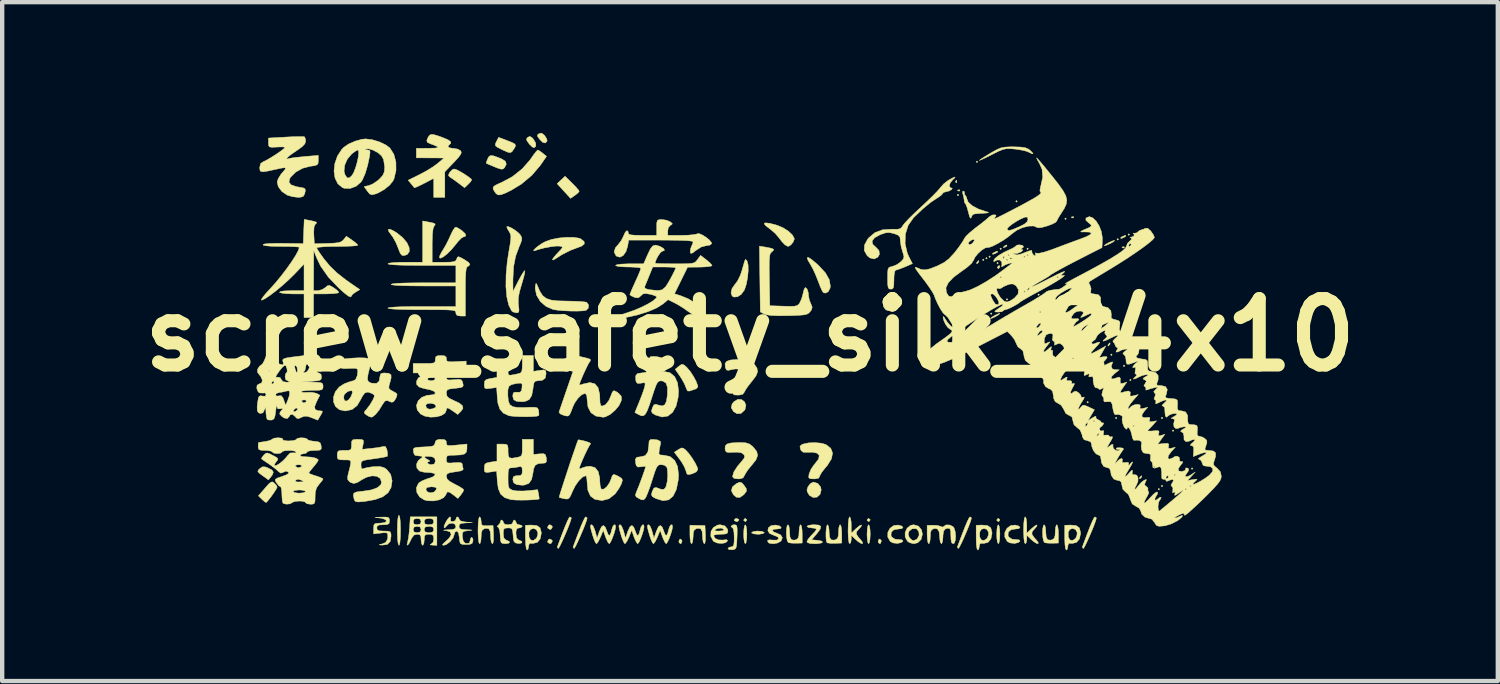
<source format=kicad_pcb>
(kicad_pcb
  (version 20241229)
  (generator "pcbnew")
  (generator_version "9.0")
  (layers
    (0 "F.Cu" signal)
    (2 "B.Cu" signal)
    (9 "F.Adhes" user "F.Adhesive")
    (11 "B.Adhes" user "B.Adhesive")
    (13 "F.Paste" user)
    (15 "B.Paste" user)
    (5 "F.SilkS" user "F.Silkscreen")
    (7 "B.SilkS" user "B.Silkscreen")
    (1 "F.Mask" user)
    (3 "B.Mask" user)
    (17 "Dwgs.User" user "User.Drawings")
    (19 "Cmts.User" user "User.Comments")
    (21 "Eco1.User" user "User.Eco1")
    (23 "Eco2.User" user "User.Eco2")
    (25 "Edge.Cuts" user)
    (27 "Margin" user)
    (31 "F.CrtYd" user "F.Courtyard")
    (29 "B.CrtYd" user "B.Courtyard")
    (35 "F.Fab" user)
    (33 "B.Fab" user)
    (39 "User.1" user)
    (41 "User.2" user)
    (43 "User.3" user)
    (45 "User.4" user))
  (footprint "screw_safety_silk_24x10"
    (layer "F.Cu")
    (at 14.159 4.636)
    (property "Reference" "screw_safety_silk_24x10" (at 0 0 0) (layer "F.SilkS") (effects (font (size 1.524 1.524) (thickness 0.3))))
    (attr through_hole)
    (fp_poly (pts (xy 4.79 -3.211) (xy 4.772 -3.193) (xy 4.753 -3.211) (xy 4.772 -3.229) (xy 4.79 -3.211)) (stroke (width 0.01) (type solid)) (fill yes) (layer "F.SilkS"))
    (fp_poly (pts (xy 5.225 -3.973) (xy 5.207 -3.955) (xy 5.189 -3.973) (xy 5.207 -3.991) (xy 5.225 -3.973)) (stroke (width 0.01) (type solid)) (fill yes) (layer "F.SilkS"))
    (fp_poly (pts (xy 5.37 -1.724) (xy 5.352 -1.705) (xy 5.334 -1.724) (xy 5.352 -1.742) (xy 5.37 -1.724)) (stroke (width 0.01) (type solid)) (fill yes) (layer "F.SilkS"))
    (fp_poly (pts (xy 5.443 -1.76) (xy 5.425 -1.742) (xy 5.407 -1.76) (xy 5.425 -1.778) (xy 5.443 -1.76)) (stroke (width 0.01) (type solid)) (fill yes) (layer "F.SilkS"))
    (fp_poly (pts (xy 5.515 -1.796) (xy 5.497 -1.778) (xy 5.479 -1.796) (xy 5.497 -1.814) (xy 5.515 -1.796)) (stroke (width 0.01) (type solid)) (fill yes) (layer "F.SilkS"))
    (fp_poly (pts (xy 5.552 -0.49) (xy 5.534 -0.472) (xy 5.515 -0.49) (xy 5.534 -0.508) (xy 5.552 -0.49)) (stroke (width 0.01) (type solid)) (fill yes) (layer "F.SilkS"))
    (fp_poly (pts (xy 5.697 -1.651) (xy 5.679 -1.633) (xy 5.661 -1.651) (xy 5.679 -1.669) (xy 5.697 -1.651)) (stroke (width 0.01) (type solid)) (fill yes) (layer "F.SilkS"))
    (fp_poly (pts (xy 5.769 -1.978) (xy 5.751 -1.959) (xy 5.733 -1.978) (xy 5.751 -1.996) (xy 5.769 -1.978)) (stroke (width 0.01) (type solid)) (fill yes) (layer "F.SilkS"))
    (fp_poly (pts (xy 5.915 -0.816) (xy 5.896 -0.798) (xy 5.878 -0.816) (xy 5.896 -0.835) (xy 5.915 -0.816)) (stroke (width 0.01) (type solid)) (fill yes) (layer "F.SilkS"))
    (fp_poly (pts (xy 6.132 -3.066) (xy 6.114 -3.048) (xy 6.096 -3.066) (xy 6.114 -3.084) (xy 6.132 -3.066)) (stroke (width 0.01) (type solid)) (fill yes) (layer "F.SilkS"))
    (fp_poly (pts (xy 6.386 -1.978) (xy 6.368 -1.959) (xy 6.35 -1.978) (xy 6.368 -1.996) (xy 6.386 -1.978)) (stroke (width 0.01) (type solid)) (fill yes) (layer "F.SilkS"))
    (fp_poly (pts (xy 6.64 -0.925) (xy 6.622 -0.907) (xy 6.604 -0.925) (xy 6.622 -0.943) (xy 6.64 -0.925)) (stroke (width 0.01) (type solid)) (fill yes) (layer "F.SilkS"))
    (fp_poly (pts (xy 7.257 -2.667) (xy 7.239 -2.649) (xy 7.221 -2.667) (xy 7.239 -2.685) (xy 7.257 -2.667)) (stroke (width 0.01) (type solid)) (fill yes) (layer "F.SilkS"))
    (fp_poly (pts (xy 7.765 1.542) (xy 7.747 1.56) (xy 7.729 1.542) (xy 7.747 1.524) (xy 7.765 1.542)) (stroke (width 0.01) (type solid)) (fill yes) (layer "F.SilkS"))
    (fp_poly (pts (xy 8.309 0.454) (xy 8.291 0.472) (xy 8.273 0.454) (xy 8.291 0.435) (xy 8.309 0.454)) (stroke (width 0.01) (type solid)) (fill yes) (layer "F.SilkS"))
    (fp_poly (pts (xy 8.418 1.905) (xy 8.4 1.923) (xy 8.382 1.905) (xy 8.4 1.887) (xy 8.418 1.905)) (stroke (width 0.01) (type solid)) (fill yes) (layer "F.SilkS"))
    (fp_poly (pts (xy 8.455 -2.195) (xy 8.436 -2.177) (xy 8.418 -2.195) (xy 8.436 -2.213) (xy 8.455 -2.195)) (stroke (width 0.01) (type solid)) (fill yes) (layer "F.SilkS"))
    (fp_poly (pts (xy 8.6 0.708) (xy 8.582 0.726) (xy 8.563 0.708) (xy 8.582 0.689) (xy 8.6 0.708)) (stroke (width 0.01) (type solid)) (fill yes) (layer "F.SilkS"))
    (fp_poly (pts (xy 8.709 -2.304) (xy 8.69 -2.286) (xy 8.672 -2.304) (xy 8.69 -2.322) (xy 8.709 -2.304)) (stroke (width 0.01) (type solid)) (fill yes) (layer "F.SilkS"))
    (fp_poly (pts (xy 8.745 1.034) (xy 8.727 1.052) (xy 8.709 1.034) (xy 8.727 1.016) (xy 8.745 1.034)) (stroke (width 0.01) (type solid)) (fill yes) (layer "F.SilkS"))
    (fp_poly (pts (xy 9.398 3.538) (xy 9.38 3.556) (xy 9.362 3.538) (xy 9.38 3.52) (xy 9.398 3.538)) (stroke (width 0.01) (type solid)) (fill yes) (layer "F.SilkS"))
    (fp_poly (pts (xy 9.471 1.905) (xy 9.452 1.923) (xy 9.434 1.905) (xy 9.452 1.887) (xy 9.471 1.905)) (stroke (width 0.01) (type solid)) (fill yes) (layer "F.SilkS"))
    (fp_poly (pts (xy 9.471 3.465) (xy 9.452 3.483) (xy 9.434 3.465) (xy 9.452 3.447) (xy 9.471 3.465)) (stroke (width 0.01) (type solid)) (fill yes) (layer "F.SilkS"))
    (fp_poly (pts (xy 9.725 2.195) (xy 9.706 2.213) (xy 9.688 2.195) (xy 9.706 2.177) (xy 9.725 2.195)) (stroke (width 0.01) (type solid)) (fill yes) (layer "F.SilkS"))
    (fp_poly (pts (xy 10.16 3.066) (xy 10.142 3.084) (xy 10.124 3.066) (xy 10.142 3.048) (xy 10.16 3.066)) (stroke (width 0.01) (type solid)) (fill yes) (layer "F.SilkS"))
    (fp_poly (pts (xy 4.741 -3.544) (xy 4.746 -3.501) (xy 4.741 -3.496) (xy 4.72 -3.501) (xy 4.717 -3.52) (xy 4.73 -3.55) (xy 4.741 -3.544)) (stroke (width 0.01) (type solid)) (fill yes) (layer "F.SilkS"))
    (fp_poly (pts (xy 4.814 -3.326) (xy 4.809 -3.305) (xy 4.79 -3.302) (xy 4.76 -3.315) (xy 4.766 -3.326) (xy 4.809 -3.331) (xy 4.814 -3.326)) (stroke (width 0.01) (type solid)) (fill yes) (layer "F.SilkS"))
    (fp_poly (pts (xy 5.431 -0.278) (xy 5.426 -0.257) (xy 5.407 -0.254) (xy 5.377 -0.267) (xy 5.382 -0.278) (xy 5.425 -0.283) (xy 5.431 -0.278)) (stroke (width 0.01) (type solid)) (fill yes) (layer "F.SilkS"))
    (fp_poly (pts (xy 7.426 -2.709) (xy 7.421 -2.688) (xy 7.402 -2.685) (xy 7.372 -2.698) (xy 7.378 -2.709) (xy 7.421 -2.714) (xy 7.426 -2.709)) (stroke (width 0.01) (type solid)) (fill yes) (layer "F.SilkS"))
    (fp_poly (pts (xy 8.588 -2.02) (xy 8.583 -1.998) (xy 8.563 -1.996) (xy 8.534 -2.009) (xy 8.539 -2.02) (xy 8.582 -2.024) (xy 8.588 -2.02)) (stroke (width 0.01) (type solid)) (fill yes) (layer "F.SilkS"))
    (fp_poly (pts (xy 5.897 -2.061) (xy 5.886 -2.034) (xy 5.853 -2.016) (xy 5.81 -2.005) (xy 5.828 -2.032) (xy 5.832 -2.037) (xy 5.88 -2.065) (xy 5.897 -2.061)) (stroke (width 0.01) (type solid)) (fill yes) (layer "F.SilkS"))
    (fp_poly (pts (xy -4.542 4.383) (xy -4.536 4.409) (xy -4.565 4.457) (xy -4.59 4.463) (xy -4.638 4.434) (xy -4.645 4.409) (xy -4.616 4.361) (xy -4.59 4.354) (xy -4.542 4.383)) (stroke (width 0.01) (type solid)) (fill yes) (layer "F.SilkS"))
    (fp_poly (pts (xy -4.542 4.71) (xy -4.536 4.735) (xy -4.565 4.783) (xy -4.59 4.79) (xy -4.638 4.761) (xy -4.645 4.735) (xy -4.616 4.687) (xy -4.59 4.681) (xy -4.542 4.71)) (stroke (width 0.01) (type solid)) (fill yes) (layer "F.SilkS"))
    (fp_poly (pts (xy -1.564 4.71) (xy -1.56 4.735) (xy -1.58 4.784) (xy -1.597 4.79) (xy -1.629 4.76) (xy -1.633 4.735) (xy -1.613 4.687) (xy -1.597 4.681) (xy -1.564 4.71)) (stroke (width 0.01) (type solid)) (fill yes) (layer "F.SilkS"))
    (fp_poly (pts (xy -0.26 4.229) (xy -0.254 4.245) (xy -0.283 4.278) (xy -0.308 4.282) (xy -0.357 4.262) (xy -0.363 4.245) (xy -0.333 4.213) (xy -0.308 4.209) (xy -0.26 4.229)) (stroke (width 0.01) (type solid)) (fill yes) (layer "F.SilkS"))
    (fp_poly (pts (xy -0.074 4.237) (xy -0.073 4.245) (xy -0.1 4.281) (xy -0.109 4.282) (xy -0.144 4.254) (xy -0.145 4.245) (xy -0.118 4.21) (xy -0.109 4.209) (xy -0.074 4.237)) (stroke (width 0.01) (type solid)) (fill yes) (layer "F.SilkS"))
    (fp_poly (pts (xy 2.757 4.237) (xy 2.758 4.245) (xy 2.73 4.281) (xy 2.721 4.282) (xy 2.686 4.254) (xy 2.685 4.245) (xy 2.713 4.21) (xy 2.721 4.209) (xy 2.757 4.237)) (stroke (width 0.01) (type solid)) (fill yes) (layer "F.SilkS"))
    (fp_poly (pts (xy 3.008 4.71) (xy 3.012 4.735) (xy 2.992 4.784) (xy 2.975 4.79) (xy 2.943 4.76) (xy 2.939 4.735) (xy 2.959 4.687) (xy 2.975 4.681) (xy 3.008 4.71)) (stroke (width 0.01) (type solid)) (fill yes) (layer "F.SilkS"))
    (fp_poly (pts (xy 5.249 -0.159) (xy 5.243 -0.145) (xy 5.211 -0.111) (xy 5.205 -0.109) (xy 5.189 -0.137) (xy 5.189 -0.145) (xy 5.217 -0.18) (xy 5.227 -0.181) (xy 5.249 -0.159)) (stroke (width 0.01) (type solid)) (fill yes) (layer "F.SilkS"))
    (fp_poly (pts (xy 5.25 -1.682) (xy 5.243 -1.669) (xy 5.209 -1.634) (xy 5.203 -1.633) (xy 5.2 -1.656) (xy 5.207 -1.669) (xy 5.241 -1.704) (xy 5.248 -1.705) (xy 5.25 -1.682)) (stroke (width 0.01) (type solid)) (fill yes) (layer "F.SilkS"))
    (fp_poly (pts (xy 5.685 -1.907) (xy 5.661 -1.887) (xy 5.594 -1.856) (xy 5.57 -1.852) (xy 5.563 -1.867) (xy 5.588 -1.887) (xy 5.654 -1.918) (xy 5.679 -1.922) (xy 5.685 -1.907)) (stroke (width 0.01) (type solid)) (fill yes) (layer "F.SilkS"))
    (fp_poly (pts (xy 5.732 4.237) (xy 5.733 4.245) (xy 5.706 4.281) (xy 5.697 4.282) (xy 5.662 4.254) (xy 5.661 4.245) (xy 5.688 4.21) (xy 5.697 4.209) (xy 5.732 4.237)) (stroke (width 0.01) (type solid)) (fill yes) (layer "F.SilkS"))
    (fp_poly (pts (xy 5.733 -1.568) (xy 5.733 -1.56) (xy 5.705 -1.525) (xy 5.695 -1.524) (xy 5.673 -1.546) (xy 5.679 -1.56) (xy 5.711 -1.595) (xy 5.717 -1.597) (xy 5.733 -1.568)) (stroke (width 0.01) (type solid)) (fill yes) (layer "F.SilkS"))
    (fp_poly (pts (xy 8.262 0.205) (xy 8.255 0.218) (xy 8.221 0.252) (xy 8.214 0.254) (xy 8.212 0.231) (xy 8.219 0.218) (xy 8.253 0.183) (xy 8.259 0.181) (xy 8.262 0.205)) (stroke (width 0.01) (type solid)) (fill yes) (layer "F.SilkS"))
    (fp_poly (pts (xy 8.624 -2.27) (xy 8.6 -2.25) (xy 8.534 -2.219) (xy 8.509 -2.215) (xy 8.503 -2.23) (xy 8.527 -2.25) (xy 8.593 -2.28) (xy 8.618 -2.285) (xy 8.624 -2.27)) (stroke (width 0.01) (type solid)) (fill yes) (layer "F.SilkS"))
    (fp_poly (pts (xy 8.987 3.253) (xy 8.981 3.266) (xy 8.947 3.3) (xy 8.94 3.302) (xy 8.938 3.279) (xy 8.944 3.266) (xy 8.979 3.231) (xy 8.985 3.229) (xy 8.987 3.253)) (stroke (width 0.01) (type solid)) (fill yes) (layer "F.SilkS"))
    (fp_poly (pts (xy -4.72 -4.584) (xy -4.71 -4.572) (xy -4.665 -4.5) (xy -4.655 -4.451) (xy -4.695 -4.404) (xy -4.758 -4.421) (xy -4.824 -4.486) (xy -4.873 -4.555) (xy -4.877 -4.592) (xy -4.839 -4.62) (xy -4.78 -4.631) (xy -4.72 -4.584)) (stroke (width 0.01) (type solid)) (fill yes) (layer "F.SilkS"))
    (fp_poly (pts (xy 8.367 -2.168) (xy 8.347 -2.145) (xy 8.28 -2.106) (xy 8.255 -2.094) (xy 8.174 -2.059) (xy 8.131 -2.048) (xy 8.128 -2.05) (xy 8.157 -2.077) (xy 8.223 -2.115) (xy 8.299 -2.151) (xy 8.355 -2.169) (xy 8.367 -2.168)) (stroke (width 0.01) (type solid)) (fill yes) (layer "F.SilkS"))
    (fp_poly (pts (xy -5.001 -4.527) (xy -4.972 -4.495) (xy -4.919 -4.406) (xy -4.914 -4.333) (xy -4.953 -4.296) (xy -4.997 -4.315) (xy -5.059 -4.375) (xy -5.07 -4.389) (xy -5.121 -4.461) (xy -5.126 -4.505) (xy -5.098 -4.536) (xy -5.051 -4.557) (xy -5.001 -4.527)) (stroke (width 0.01) (type solid)) (fill yes) (layer "F.SilkS"))
    (fp_poly (pts (xy -4.082 -3.483) (xy -3.997 -3.396) (xy -3.938 -3.328) (xy -3.919 -3.297) (xy -3.946 -3.261) (xy -4.012 -3.208) (xy -4.019 -3.203) (xy -4.118 -3.135) (xy -4.272 -3.303) (xy -4.426 -3.472) (xy -4.335 -3.557) (xy -4.244 -3.642) (xy -4.082 -3.483)) (stroke (width 0.01) (type solid)) (fill yes) (layer "F.SilkS"))
    (fp_poly (pts (xy -0.192 1.483) (xy -0.125 1.534) (xy -0.094 1.614) (xy -0.115 1.709) (xy -0.125 1.726) (xy -0.207 1.8) (xy -0.3 1.806) (xy -0.378 1.757) (xy -0.43 1.671) (xy -0.412 1.584) (xy -0.366 1.527) (xy -0.278 1.476) (xy -0.192 1.483)) (stroke (width 0.01) (type solid)) (fill yes) (layer "F.SilkS"))
    (fp_poly (pts (xy -0.09 4.387) (xy -0.076 4.474) (xy -0.073 4.572) (xy -0.078 4.688) (xy -0.092 4.767) (xy -0.109 4.79) (xy -0.128 4.757) (xy -0.141 4.67) (xy -0.145 4.572) (xy -0.14 4.456) (xy -0.125 4.377) (xy -0.109 4.354) (xy -0.09 4.387)) (stroke (width 0.01) (type solid)) (fill yes) (layer "F.SilkS"))
    (fp_poly (pts (xy 0.272 4.507) (xy 0.323 4.528) (xy 0.327 4.536) (xy 0.294 4.558) (xy 0.214 4.571) (xy 0.181 4.572) (xy 0.091 4.564) (xy 0.04 4.544) (xy 0.036 4.536) (xy 0.068 4.513) (xy 0.149 4.5) (xy 0.181 4.499) (xy 0.272 4.507)) (stroke (width 0.01) (type solid)) (fill yes) (layer "F.SilkS"))
    (fp_poly (pts (xy 2.741 4.387) (xy 2.754 4.474) (xy 2.758 4.572) (xy 2.752 4.688) (xy 2.738 4.767) (xy 2.721 4.79) (xy 2.702 4.757) (xy 2.689 4.67) (xy 2.685 4.572) (xy 2.691 4.456) (xy 2.705 4.377) (xy 2.721 4.354) (xy 2.741 4.387)) (stroke (width 0.01) (type solid)) (fill yes) (layer "F.SilkS"))
    (fp_poly (pts (xy 5.716 4.387) (xy 5.729 4.474) (xy 5.733 4.572) (xy 5.728 4.688) (xy 5.713 4.767) (xy 5.697 4.79) (xy 5.678 4.757) (xy 5.664 4.67) (xy 5.661 4.572) (xy 5.666 4.456) (xy 5.68 4.377) (xy 5.697 4.354) (xy 5.716 4.387)) (stroke (width 0.01) (type solid)) (fill yes) (layer "F.SilkS"))
    (fp_poly (pts (xy 5.733 -0.492) (xy 5.704 -0.465) (xy 5.634 -0.423) (xy 5.624 -0.417) (xy 5.552 -0.384) (xy 5.516 -0.377) (xy 5.515 -0.379) (xy 5.544 -0.406) (xy 5.614 -0.448) (xy 5.624 -0.454) (xy 5.697 -0.486) (xy 5.732 -0.493) (xy 5.733 -0.492)) (stroke (width 0.01) (type solid)) (fill yes) (layer "F.SilkS"))
    (fp_poly (pts (xy -11.124 3.027) (xy -11.067 3.048) (xy -10.97 3.098) (xy -10.937 3.147) (xy -10.961 3.212) (xy -10.983 3.242) (xy -11.049 3.325) (xy -11.184 3.228) (xy -11.265 3.167) (xy -11.294 3.128) (xy -11.278 3.095) (xy -11.248 3.066) (xy -11.188 3.025) (xy -11.124 3.027)) (stroke (width 0.01) (type solid)) (fill yes) (layer "F.SilkS"))
    (fp_poly (pts (xy -0.193 3.389) (xy -0.143 3.442) (xy -0.086 3.524) (xy -0.082 3.585) (xy -0.132 3.652) (xy -0.145 3.665) (xy -0.234 3.728) (xy -0.313 3.722) (xy -0.379 3.668) (xy -0.427 3.575) (xy -0.405 3.487) (xy -0.315 3.412) (xy -0.241 3.378) (xy -0.193 3.389)) (stroke (width 0.01) (type solid)) (fill yes) (layer "F.SilkS"))
    (fp_poly (pts (xy 1.556 3.407) (xy 1.62 3.488) (xy 1.633 3.556) (xy 1.606 3.659) (xy 1.538 3.72) (xy 1.449 3.729) (xy 1.363 3.68) (xy 1.317 3.605) (xy 1.306 3.556) (xy 1.331 3.479) (xy 1.388 3.408) (xy 1.453 3.375) (xy 1.456 3.375) (xy 1.556 3.407)) (stroke (width 0.01) (type solid)) (fill yes) (layer "F.SilkS"))
    (fp_poly (pts (xy 3.358 -0.872) (xy 3.367 -0.864) (xy 3.408 -0.778) (xy 3.395 -0.678) (xy 3.345 -0.604) (xy 3.249 -0.55) (xy 3.147 -0.565) (xy 3.111 -0.583) (xy 3.064 -0.648) (xy 3.049 -0.743) (xy 3.07 -0.834) (xy 3.092 -0.864) (xy 3.17 -0.9) (xy 3.272 -0.903) (xy 3.358 -0.872)) (stroke (width 0.01) (type solid)) (fill yes) (layer "F.SilkS"))
    (fp_poly (pts (xy -8.038 4.171) (xy -8.026 4.267) (xy -8.02 4.413) (xy -8.019 4.481) (xy -8.023 4.644) (xy -8.033 4.761) (xy -8.048 4.821) (xy -8.055 4.826) (xy -8.073 4.792) (xy -8.085 4.696) (xy -8.091 4.55) (xy -8.092 4.481) (xy -8.088 4.319) (xy -8.078 4.202) (xy -8.063 4.142) (xy -8.055 4.137) (xy -8.038 4.171)) (stroke (width 0.01) (type solid)) (fill yes) (layer "F.SilkS"))
    (fp_poly (pts (xy -5.583 -4.465) (xy -5.461 -4.417) (xy -5.396 -4.381) (xy -5.379 -4.347) (xy -5.398 -4.299) (xy -5.421 -4.265) (xy -5.46 -4.208) (xy -5.497 -4.184) (xy -5.55 -4.191) (xy -5.64 -4.23) (xy -5.702 -4.259) (xy -5.799 -4.308) (xy -5.842 -4.344) (xy -5.843 -4.385) (xy -5.819 -4.437) (xy -5.768 -4.535) (xy -5.583 -4.465)) (stroke (width 0.01) (type solid)) (fill yes) (layer "F.SilkS"))
    (fp_poly (pts (xy -5.887 -4.111) (xy -5.782 -4.074) (xy -5.706 -4.043) (xy -5.614 -3.987) (xy -5.592 -3.919) (xy -5.633 -3.839) (xy -5.667 -3.809) (xy -5.712 -3.805) (xy -5.79 -3.829) (xy -5.86 -3.857) (xy -5.963 -3.9) (xy -6.033 -3.93) (xy -6.052 -3.939) (xy -6.046 -3.973) (xy -6.019 -4.042) (xy -5.989 -4.095) (xy -5.95 -4.117) (xy -5.887 -4.111)) (stroke (width 0.01) (type solid)) (fill yes) (layer "F.SilkS"))
    (fp_poly (pts (xy -4.101 4.196) (xy -4.1 4.199) (xy -4.114 4.255) (xy -4.149 4.353) (xy -4.198 4.477) (xy -4.255 4.61) (xy -4.311 4.735) (xy -4.359 4.835) (xy -4.392 4.892) (xy -4.401 4.899) (xy -4.422 4.873) (xy -4.418 4.853) (xy -4.321 4.593) (xy -4.245 4.399) (xy -4.189 4.266) (xy -4.151 4.192) (xy -4.132 4.173) (xy -4.101 4.196)) (stroke (width 0.01) (type solid)) (fill yes) (layer "F.SilkS"))
    (fp_poly (pts (xy -3.738 4.196) (xy -3.737 4.199) (xy -3.751 4.255) (xy -3.786 4.353) (xy -3.835 4.477) (xy -3.892 4.61) (xy -3.948 4.735) (xy -3.996 4.835) (xy -4.029 4.892) (xy -4.038 4.899) (xy -4.059 4.873) (xy -4.055 4.853) (xy -3.958 4.593) (xy -3.883 4.399) (xy -3.826 4.266) (xy -3.788 4.192) (xy -3.769 4.173) (xy -3.738 4.196)) (stroke (width 0.01) (type solid)) (fill yes) (layer "F.SilkS"))
    (fp_poly (pts (xy 5.08 4.196) (xy 5.08 4.199) (xy 5.067 4.255) (xy 5.032 4.353) (xy 4.982 4.477) (xy 4.926 4.61) (xy 4.87 4.735) (xy 4.821 4.835) (xy 4.788 4.892) (xy 4.78 4.899) (xy 4.758 4.873) (xy 4.762 4.853) (xy 4.859 4.593) (xy 4.935 4.399) (xy 4.991 4.266) (xy 5.029 4.192) (xy 5.049 4.173) (xy 5.08 4.196)) (stroke (width 0.01) (type solid)) (fill yes) (layer "F.SilkS"))
    (fp_poly (pts (xy 7.946 4.196) (xy 7.947 4.199) (xy 7.933 4.255) (xy 7.898 4.353) (xy 7.849 4.477) (xy 7.792 4.61) (xy 7.736 4.735) (xy 7.688 4.835) (xy 7.655 4.892) (xy 7.646 4.899) (xy 7.625 4.873) (xy 7.629 4.853) (xy 7.726 4.593) (xy 7.801 4.399) (xy 7.858 4.266) (xy 7.896 4.192) (xy 7.915 4.173) (xy 7.946 4.196)) (stroke (width 0.01) (type solid)) (fill yes) (layer "F.SilkS"))
    (fp_poly (pts (xy -10.917 3.397) (xy -10.914 3.4) (xy -10.864 3.457) (xy -10.849 3.488) (xy -10.869 3.532) (xy -10.918 3.609) (xy -10.981 3.699) (xy -11.044 3.781) (xy -11.091 3.835) (xy -11.104 3.844) (xy -11.141 3.823) (xy -11.201 3.768) (xy -11.202 3.768) (xy -11.28 3.69) (xy -11.129 3.516) (xy -11.046 3.422) (xy -10.993 3.377) (xy -10.955 3.371) (xy -10.917 3.397)) (stroke (width 0.01) (type solid)) (fill yes) (layer "F.SilkS"))
    (fp_poly (pts (xy -8.166 -2.381) (xy -8.098 -2.338) (xy -7.964 -2.228) (xy -7.87 -2.114) (xy -7.821 -2.005) (xy -7.818 -1.912) (xy -7.866 -1.846) (xy -7.938 -1.821) (xy -7.986 -1.828) (xy -8.025 -1.873) (xy -8.066 -1.973) (xy -8.073 -1.995) (xy -8.127 -2.125) (xy -8.194 -2.245) (xy -8.225 -2.287) (xy -8.291 -2.378) (xy -8.3 -2.424) (xy -8.258 -2.426) (xy -8.166 -2.381)) (stroke (width 0.01) (type solid)) (fill yes) (layer "F.SilkS"))
    (fp_poly (pts (xy -6.733 -3.792) (xy -6.646 -3.747) (xy -6.547 -3.687) (xy -6.457 -3.626) (xy -6.398 -3.578) (xy -6.386 -3.559) (xy -6.41 -3.518) (xy -6.468 -3.456) (xy -6.468 -3.456) (xy -6.55 -3.379) (xy -6.695 -3.489) (xy -6.789 -3.558) (xy -6.866 -3.611) (xy -6.889 -3.626) (xy -6.919 -3.658) (xy -6.903 -3.709) (xy -6.889 -3.732) (xy -6.833 -3.792) (xy -6.789 -3.81) (xy -6.733 -3.792)) (stroke (width 0.01) (type solid)) (fill yes) (layer "F.SilkS"))
    (fp_poly (pts (xy -1.528 2.599) (xy -1.479 2.637) (xy -1.407 2.715) (xy -1.329 2.823) (xy -1.259 2.936) (xy -1.211 3.034) (xy -1.197 3.085) (xy -1.231 3.139) (xy -1.321 3.183) (xy -1.322 3.183) (xy -1.406 3.204) (xy -1.446 3.191) (xy -1.467 3.131) (xy -1.471 3.115) (xy -1.506 3.025) (xy -1.571 2.912) (xy -1.616 2.85) (xy -1.737 2.69) (xy -1.646 2.631) (xy -1.576 2.592) (xy -1.528 2.599)) (stroke (width 0.01) (type solid)) (fill yes) (layer "F.SilkS"))
    (fp_poly (pts (xy 1.417 -1.729) (xy 1.54 -1.625) (xy 1.573 -1.595) (xy 1.73 -1.426) (xy 1.82 -1.265) (xy 1.843 -1.117) (xy 1.836 -1.073) (xy 1.793 -0.992) (xy 1.729 -0.96) (xy 1.682 -0.974) (xy 1.653 -1.018) (xy 1.611 -1.111) (xy 1.564 -1.233) (xy 1.564 -1.234) (xy 1.506 -1.379) (xy 1.442 -1.519) (xy 1.394 -1.605) (xy 1.328 -1.717) (xy 1.311 -1.775) (xy 1.341 -1.778) (xy 1.417 -1.729)) (stroke (width 0.01) (type solid)) (fill yes) (layer "F.SilkS"))
    (fp_poly (pts (xy -1.478 0.719) (xy -1.446 0.749) (xy -1.373 0.836) (xy -1.298 0.949) (xy -1.236 1.066) (xy -1.201 1.16) (xy -1.197 1.187) (xy -1.227 1.228) (xy -1.261 1.244) (xy -1.352 1.274) (xy -1.383 1.286) (xy -1.433 1.285) (xy -1.464 1.222) (xy -1.467 1.212) (xy -1.502 1.125) (xy -1.564 1.013) (xy -1.604 0.95) (xy -1.717 0.787) (xy -1.633 0.718) (xy -1.576 0.677) (xy -1.534 0.676) (xy -1.478 0.719)) (stroke (width 0.01) (type solid)) (fill yes) (layer "F.SilkS"))
    (fp_poly (pts (xy 3.481 4.384) (xy 3.51 4.417) (xy 3.48 4.444) (xy 3.409 4.451) (xy 3.303 4.468) (xy 3.242 4.522) (xy 3.235 4.599) (xy 3.253 4.636) (xy 3.327 4.686) (xy 3.409 4.693) (xy 3.489 4.702) (xy 3.51 4.73) (xy 3.473 4.762) (xy 3.385 4.783) (xy 3.276 4.77) (xy 3.216 4.735) (xy 3.161 4.637) (xy 3.162 4.531) (xy 3.211 4.436) (xy 3.296 4.373) (xy 3.396 4.361) (xy 3.481 4.384)) (stroke (width 0.01) (type solid)) (fill yes) (layer "F.SilkS"))
    (fp_poly (pts (xy 6.166 4.384) (xy 6.195 4.417) (xy 6.165 4.444) (xy 6.094 4.451) (xy 5.989 4.468) (xy 5.927 4.522) (xy 5.92 4.599) (xy 5.938 4.636) (xy 6.012 4.686) (xy 6.094 4.693) (xy 6.175 4.702) (xy 6.195 4.73) (xy 6.158 4.762) (xy 6.071 4.783) (xy 5.961 4.77) (xy 5.901 4.735) (xy 5.846 4.637) (xy 5.847 4.531) (xy 5.896 4.436) (xy 5.981 4.373) (xy 6.081 4.361) (xy 6.166 4.384)) (stroke (width 0.01) (type solid)) (fill yes) (layer "F.SilkS"))
    (fp_poly (pts (xy 0.455 -2.561) (xy 0.616 -2.519) (xy 0.756 -2.461) (xy 0.88 -2.382) (xy 0.972 -2.295) (xy 1.015 -2.214) (xy 1.016 -2.201) (xy 0.992 -2.136) (xy 0.939 -2.069) (xy 0.883 -2.033) (xy 0.875 -2.032) (xy 0.828 -2.052) (xy 0.793 -2.077) (xy 0.735 -2.138) (xy 0.668 -2.224) (xy 0.66 -2.235) (xy 0.578 -2.331) (xy 0.473 -2.422) (xy 0.455 -2.434) (xy 0.357 -2.51) (xy 0.324 -2.556) (xy 0.357 -2.573) (xy 0.455 -2.561)) (stroke (width 0.01) (type solid)) (fill yes) (layer "F.SilkS"))
    (fp_poly (pts (xy -1.206 4.369) (xy -1.034 4.372) (xy -1.023 4.581) (xy -1.023 4.706) (xy -1.036 4.778) (xy -1.05 4.79) (xy -1.073 4.757) (xy -1.087 4.675) (xy -1.089 4.629) (xy -1.099 4.506) (xy -1.134 4.444) (xy -1.201 4.437) (xy -1.234 4.445) (xy -1.281 4.476) (xy -1.302 4.541) (xy -1.306 4.629) (xy -1.314 4.725) (xy -1.332 4.783) (xy -1.343 4.79) (xy -1.362 4.757) (xy -1.375 4.671) (xy -1.379 4.578) (xy -1.379 4.366) (xy -1.206 4.369)) (stroke (width 0.01) (type solid)) (fill yes) (layer "F.SilkS"))
    (fp_poly (pts (xy -0.073 -1.704) (xy -0.066 -1.691) (xy -0.044 -1.604) (xy -0.042 -1.471) (xy -0.056 -1.317) (xy -0.085 -1.165) (xy -0.126 -1.04) (xy -0.132 -1.028) (xy -0.201 -0.933) (xy -0.287 -0.877) (xy -0.369 -0.87) (xy -0.41 -0.893) (xy -0.436 -0.966) (xy -0.415 -1.061) (xy -0.352 -1.154) (xy -0.345 -1.161) (xy -0.283 -1.245) (xy -0.224 -1.366) (xy -0.195 -1.449) (xy -0.16 -1.569) (xy -0.132 -1.666) (xy -0.12 -1.705) (xy -0.101 -1.736) (xy -0.073 -1.704)) (stroke (width 0.01) (type solid)) (fill yes) (layer "F.SilkS"))
    (fp_poly (pts (xy -6.693 -2.449) (xy -6.613 -2.396) (xy -6.603 -2.388) (xy -6.533 -2.321) (xy -6.522 -2.272) (xy -6.57 -2.25) (xy -6.58 -2.25) (xy -6.624 -2.223) (xy -6.693 -2.152) (xy -6.757 -2.072) (xy -6.854 -1.956) (xy -6.952 -1.859) (xy -7.039 -1.791) (xy -7.103 -1.762) (xy -7.126 -1.771) (xy -7.119 -1.817) (xy -7.079 -1.897) (xy -7.052 -1.94) (xy -6.984 -2.054) (xy -6.912 -2.196) (xy -6.874 -2.281) (xy -6.823 -2.387) (xy -6.777 -2.457) (xy -6.748 -2.476) (xy -6.693 -2.449)) (stroke (width 0.01) (type solid)) (fill yes) (layer "F.SilkS"))
    (fp_poly (pts (xy -4.826 -4.222) (xy -4.758 -4.171) (xy -4.757 -4.171) (xy -4.67 -4.098) (xy -4.811 -3.894) (xy -5.003 -3.667) (xy -5.244 -3.464) (xy -5.477 -3.322) (xy -5.621 -3.252) (xy -5.717 -3.217) (xy -5.781 -3.214) (xy -5.826 -3.243) (xy -5.859 -3.287) (xy -5.894 -3.349) (xy -5.893 -3.393) (xy -5.847 -3.433) (xy -5.746 -3.481) (xy -5.697 -3.501) (xy -5.452 -3.633) (xy -5.228 -3.811) (xy -5.048 -4.016) (xy -5.029 -4.043) (xy -4.958 -4.145) (xy -4.9 -4.217) (xy -4.869 -4.244) (xy -4.826 -4.222)) (stroke (width 0.01) (type solid)) (fill yes) (layer "F.SilkS"))
    (fp_poly (pts (xy -0.324 4.36) (xy -0.303 4.385) (xy -0.295 4.446) (xy -0.295 4.558) (xy -0.298 4.636) (xy -0.304 4.777) (xy -0.314 4.861) (xy -0.334 4.905) (xy -0.369 4.922) (xy -0.408 4.928) (xy -0.48 4.925) (xy -0.508 4.901) (xy -0.478 4.87) (xy -0.435 4.862) (xy -0.395 4.854) (xy -0.373 4.819) (xy -0.364 4.741) (xy -0.363 4.645) (xy -0.368 4.529) (xy -0.383 4.45) (xy -0.399 4.427) (xy -0.434 4.399) (xy -0.435 4.391) (xy -0.405 4.361) (xy -0.361 4.354) (xy -0.324 4.36)) (stroke (width 0.01) (type solid)) (fill yes) (layer "F.SilkS"))
    (fp_poly (pts (xy 1.181 4.387) (xy 1.194 4.473) (xy 1.197 4.564) (xy 1.197 4.774) (xy 1.061 4.778) (xy 0.96 4.776) (xy 0.887 4.767) (xy 0.88 4.764) (xy 0.855 4.724) (xy 0.84 4.64) (xy 0.834 4.537) (xy 0.839 4.439) (xy 0.853 4.371) (xy 0.871 4.354) (xy 0.893 4.387) (xy 0.906 4.469) (xy 0.907 4.515) (xy 0.917 4.638) (xy 0.953 4.7) (xy 1.019 4.707) (xy 1.053 4.699) (xy 1.1 4.668) (xy 1.121 4.603) (xy 1.125 4.515) (xy 1.132 4.419) (xy 1.151 4.361) (xy 1.161 4.354) (xy 1.181 4.387)) (stroke (width 0.01) (type solid)) (fill yes) (layer "F.SilkS"))
    (fp_poly (pts (xy 2.088 4.387) (xy 2.101 4.473) (xy 2.105 4.564) (xy 2.105 4.774) (xy 1.946 4.781) (xy 1.845 4.78) (xy 1.776 4.77) (xy 1.765 4.765) (xy 1.749 4.716) (xy 1.742 4.626) (xy 1.743 4.522) (xy 1.752 4.426) (xy 1.767 4.365) (xy 1.778 4.354) (xy 1.8 4.387) (xy 1.813 4.469) (xy 1.814 4.515) (xy 1.825 4.638) (xy 1.86 4.7) (xy 1.927 4.707) (xy 1.96 4.699) (xy 2.007 4.668) (xy 2.028 4.603) (xy 2.032 4.515) (xy 2.039 4.419) (xy 2.058 4.361) (xy 2.068 4.354) (xy 2.088 4.387)) (stroke (width 0.01) (type solid)) (fill yes) (layer "F.SilkS"))
    (fp_poly (pts (xy 7.059 4.387) (xy 7.072 4.473) (xy 7.076 4.564) (xy 7.076 4.774) (xy 6.94 4.778) (xy 6.838 4.776) (xy 6.765 4.767) (xy 6.758 4.764) (xy 6.734 4.724) (xy 6.718 4.64) (xy 6.713 4.537) (xy 6.717 4.439) (xy 6.732 4.371) (xy 6.749 4.354) (xy 6.771 4.387) (xy 6.784 4.469) (xy 6.785 4.515) (xy 6.796 4.638) (xy 6.831 4.7) (xy 6.898 4.707) (xy 6.931 4.699) (xy 6.978 4.668) (xy 6.999 4.603) (xy 7.003 4.515) (xy 7.01 4.419) (xy 7.029 4.361) (xy 7.039 4.354) (xy 7.059 4.387)) (stroke (width 0.01) (type solid)) (fill yes) (layer "F.SilkS"))
    (fp_poly (pts (xy -4.884 -1.143) (xy -4.823 -1.003) (xy -4.759 -0.904) (xy -4.677 -0.839) (xy -4.565 -0.801) (xy -4.408 -0.783) (xy -4.192 -0.778) (xy -4.189 -0.778) (xy -4.023 -0.774) (xy -3.882 -0.767) (xy -3.783 -0.757) (xy -3.745 -0.748) (xy -3.705 -0.69) (xy -3.711 -0.616) (xy -3.759 -0.566) (xy -3.834 -0.554) (xy -3.96 -0.548) (xy -4.113 -0.549) (xy -4.273 -0.556) (xy -4.417 -0.569) (xy -4.517 -0.585) (xy -4.678 -0.654) (xy -4.81 -0.767) (xy -4.897 -0.91) (xy -4.929 -1.065) (xy -4.926 -1.112) (xy -4.914 -1.178) (xy -4.9 -1.179) (xy -4.884 -1.143)) (stroke (width 0.01) (type solid)) (fill yes) (layer "F.SilkS"))
    (fp_poly (pts (xy 3.864 4.386) (xy 3.935 4.471) (xy 3.955 4.572) (xy 3.926 4.69) (xy 3.848 4.767) (xy 3.756 4.79) (xy 3.663 4.766) (xy 3.613 4.733) (xy 3.56 4.637) (xy 3.559 4.569) (xy 3.629 4.569) (xy 3.655 4.649) (xy 3.716 4.707) (xy 3.756 4.717) (xy 3.814 4.694) (xy 3.839 4.674) (xy 3.88 4.595) (xy 3.873 4.511) (xy 3.824 4.451) (xy 3.808 4.444) (xy 3.718 4.447) (xy 3.65 4.501) (xy 3.629 4.569) (xy 3.559 4.569) (xy 3.559 4.53) (xy 3.604 4.433) (xy 3.685 4.368) (xy 3.756 4.354) (xy 3.864 4.386)) (stroke (width 0.01) (type solid)) (fill yes) (layer "F.SilkS"))
    (fp_poly (pts (xy 6.208 -4.312) (xy 6.314 -4.297) (xy 6.386 -4.267) (xy 6.413 -4.247) (xy 6.472 -4.192) (xy 6.495 -4.157) (xy 6.469 -4.157) (xy 6.413 -4.187) (xy 6.336 -4.218) (xy 6.213 -4.246) (xy 6.088 -4.265) (xy 5.968 -4.275) (xy 5.877 -4.273) (xy 5.793 -4.254) (xy 5.692 -4.211) (xy 5.552 -4.141) (xy 5.425 -4.077) (xy 5.325 -4.03) (xy 5.269 -4.007) (xy 5.261 -4.006) (xy 5.29 -4.029) (xy 5.367 -4.08) (xy 5.477 -4.147) (xy 5.513 -4.169) (xy 5.645 -4.244) (xy 5.744 -4.289) (xy 5.841 -4.31) (xy 5.963 -4.317) (xy 6.048 -4.317) (xy 6.208 -4.312)) (stroke (width 0.01) (type solid)) (fill yes) (layer "F.SilkS"))
    (fp_poly (pts (xy 0.593 4.362) (xy 0.677 4.382) (xy 0.715 4.414) (xy 0.7 4.442) (xy 0.628 4.451) (xy 0.538 4.459) (xy 0.51 4.487) (xy 0.549 4.523) (xy 0.604 4.543) (xy 0.704 4.588) (xy 0.742 4.652) (xy 0.712 4.725) (xy 0.703 4.734) (xy 0.632 4.773) (xy 0.536 4.79) (xy 0.451 4.781) (xy 0.423 4.766) (xy 0.399 4.72) (xy 0.439 4.7) (xy 0.526 4.706) (xy 0.621 4.705) (xy 0.658 4.674) (xy 0.636 4.632) (xy 0.55 4.597) (xy 0.543 4.595) (xy 0.448 4.553) (xy 0.409 4.49) (xy 0.421 4.424) (xy 0.483 4.375) (xy 0.588 4.361) (xy 0.593 4.362)) (stroke (width 0.01) (type solid)) (fill yes) (layer "F.SilkS"))
    (fp_poly (pts (xy 1.578 4.362) (xy 1.624 4.392) (xy 1.612 4.451) (xy 1.542 4.548) (xy 1.521 4.572) (xy 1.412 4.699) (xy 1.541 4.71) (xy 1.637 4.727) (xy 1.667 4.751) (xy 1.635 4.773) (xy 1.547 4.788) (xy 1.488 4.79) (xy 1.367 4.782) (xy 1.312 4.758) (xy 1.306 4.742) (xy 1.331 4.689) (xy 1.392 4.614) (xy 1.415 4.59) (xy 1.483 4.519) (xy 1.521 4.466) (xy 1.524 4.456) (xy 1.492 4.436) (xy 1.416 4.427) (xy 1.415 4.427) (xy 1.339 4.416) (xy 1.306 4.391) (xy 1.306 4.391) (xy 1.339 4.369) (xy 1.421 4.356) (xy 1.47 4.354) (xy 1.578 4.362)) (stroke (width 0.01) (type solid)) (fill yes) (layer "F.SilkS"))
    (fp_poly (pts (xy 2.306 4.206) (xy 2.32 4.289) (xy 2.322 4.361) (xy 2.322 4.549) (xy 2.431 4.445) (xy 2.502 4.385) (xy 2.55 4.359) (xy 2.558 4.36) (xy 2.549 4.395) (xy 2.504 4.445) (xy 2.446 4.511) (xy 2.441 4.571) (xy 2.49 4.646) (xy 2.529 4.688) (xy 2.582 4.756) (xy 2.584 4.787) (xy 2.545 4.781) (xy 2.475 4.737) (xy 2.424 4.692) (xy 2.322 4.595) (xy 2.322 4.692) (xy 2.311 4.764) (xy 2.286 4.79) (xy 2.268 4.756) (xy 2.256 4.662) (xy 2.25 4.521) (xy 2.25 4.481) (xy 2.254 4.331) (xy 2.265 4.225) (xy 2.281 4.175) (xy 2.286 4.173) (xy 2.306 4.206)) (stroke (width 0.01) (type solid)) (fill yes) (layer "F.SilkS"))
    (fp_poly (pts (xy 6.334 4.206) (xy 6.347 4.289) (xy 6.35 4.361) (xy 6.35 4.549) (xy 6.458 4.445) (xy 6.53 4.385) (xy 6.578 4.359) (xy 6.586 4.36) (xy 6.576 4.395) (xy 6.532 4.445) (xy 6.474 4.511) (xy 6.468 4.571) (xy 6.517 4.646) (xy 6.556 4.688) (xy 6.61 4.756) (xy 6.612 4.787) (xy 6.572 4.781) (xy 6.503 4.737) (xy 6.452 4.692) (xy 6.35 4.595) (xy 6.35 4.692) (xy 6.338 4.764) (xy 6.314 4.79) (xy 6.296 4.756) (xy 6.284 4.662) (xy 6.278 4.521) (xy 6.277 4.481) (xy 6.281 4.331) (xy 6.292 4.225) (xy 6.309 4.175) (xy 6.314 4.173) (xy 6.334 4.206)) (stroke (width 0.01) (type solid)) (fill yes) (layer "F.SilkS"))
    (fp_poly (pts (xy -6.179 4.204) (xy -6.169 4.277) (xy -6.162 4.345) (xy -6.128 4.373) (xy -6.046 4.377) (xy -6.032 4.377) (xy -5.896 4.372) (xy -5.886 4.581) (xy -5.885 4.706) (xy -5.899 4.778) (xy -5.913 4.79) (xy -5.936 4.757) (xy -5.949 4.675) (xy -5.951 4.629) (xy -5.961 4.506) (xy -5.996 4.444) (xy -6.063 4.437) (xy -6.096 4.445) (xy -6.143 4.476) (xy -6.165 4.541) (xy -6.169 4.629) (xy -6.176 4.725) (xy -6.194 4.783) (xy -6.205 4.79) (xy -6.223 4.756) (xy -6.235 4.662) (xy -6.241 4.521) (xy -6.241 4.481) (xy -6.237 4.331) (xy -6.226 4.225) (xy -6.21 4.175) (xy -6.205 4.173) (xy -6.179 4.204)) (stroke (width 0.01) (type solid)) (fill yes) (layer "F.SilkS"))
    (fp_poly (pts (xy 4.923 -3.281) (xy 4.918 -3.268) (xy 4.923 -3.222) (xy 4.934 -3.212) (xy 4.968 -3.159) (xy 4.971 -3.135) (xy 5.005 -3.05) (xy 5.099 -2.965) (xy 5.242 -2.889) (xy 5.42 -2.829) (xy 5.461 -2.819) (xy 5.472 -2.808) (xy 5.421 -2.798) (xy 5.361 -2.794) (xy 5.228 -2.786) (xy 5.151 -2.777) (xy 5.11 -2.761) (xy 5.09 -2.731) (xy 5.08 -2.704) (xy 5.062 -2.677) (xy 5.041 -2.708) (xy 5.014 -2.802) (xy 5.009 -2.822) (xy 4.98 -2.927) (xy 4.953 -2.996) (xy 4.94 -3.012) (xy 4.921 -3.043) (xy 4.914 -3.093) (xy 4.898 -3.19) (xy 4.882 -3.239) (xy 4.876 -3.292) (xy 4.897 -3.302) (xy 4.923 -3.281)) (stroke (width 0.01) (type solid)) (fill yes) (layer "F.SilkS"))
    (fp_poly (pts (xy -4.05 -2.24) (xy -3.922 -2.221) (xy -3.883 -2.205) (xy -3.807 -2.145) (xy -3.803 -2.088) (xy -3.869 -2.036) (xy -3.939 -2.011) (xy -4.122 -1.942) (xy -4.317 -1.843) (xy -4.454 -1.755) (xy -4.512 -1.722) (xy -4.536 -1.727) (xy -4.512 -1.768) (xy -4.452 -1.84) (xy -4.406 -1.89) (xy -4.332 -1.968) (xy -4.304 -2.009) (xy -4.318 -2.028) (xy -4.362 -2.039) (xy -4.448 -2.04) (xy -4.577 -2.024) (xy -4.721 -1.997) (xy -4.853 -1.963) (xy -4.917 -1.941) (xy -4.963 -1.929) (xy -4.96 -1.95) (xy -4.92 -1.992) (xy -4.854 -2.045) (xy -4.771 -2.101) (xy -4.694 -2.143) (xy -4.559 -2.191) (xy -4.392 -2.224) (xy -4.214 -2.241) (xy -4.05 -2.24)) (stroke (width 0.01) (type solid)) (fill yes) (layer "F.SilkS"))
    (fp_poly (pts (xy 1.641 2.484) (xy 1.741 2.514) (xy 1.852 2.599) (xy 1.894 2.708) (xy 1.869 2.84) (xy 1.775 2.992) (xy 1.722 3.054) (xy 1.65 3.144) (xy 1.605 3.22) (xy 1.597 3.248) (xy 1.57 3.287) (xy 1.484 3.302) (xy 1.465 3.302) (xy 1.379 3.298) (xy 1.347 3.273) (xy 1.352 3.208) (xy 1.357 3.185) (xy 1.398 3.083) (xy 1.47 2.977) (xy 1.488 2.957) (xy 1.572 2.848) (xy 1.589 2.766) (xy 1.541 2.712) (xy 1.428 2.689) (xy 1.311 2.693) (xy 1.221 2.69) (xy 1.173 2.653) (xy 1.158 2.62) (xy 1.146 2.555) (xy 1.186 2.516) (xy 1.219 2.503) (xy 1.343 2.476) (xy 1.495 2.47) (xy 1.641 2.484)) (stroke (width 0.01) (type solid)) (fill yes) (layer "F.SilkS"))
    (fp_poly (pts (xy -4.891 4.373) (xy -4.818 4.426) (xy -4.79 4.528) (xy -4.79 4.556) (xy -4.814 4.678) (xy -4.88 4.758) (xy -4.975 4.782) (xy -4.995 4.78) (xy -5.059 4.78) (xy -5.079 4.829) (xy -5.08 4.849) (xy -5.093 4.915) (xy -5.116 4.935) (xy -5.134 4.901) (xy -5.147 4.809) (xy -5.152 4.672) (xy -5.153 4.65) (xy -5.153 4.529) (xy -5.074 4.529) (xy -5.07 4.638) (xy -5.032 4.704) (xy -4.972 4.716) (xy -4.901 4.666) (xy -4.9 4.665) (xy -4.87 4.588) (xy -4.869 4.529) (xy -4.905 4.462) (xy -4.97 4.439) (xy -5.036 4.461) (xy -5.074 4.527) (xy -5.074 4.529) (xy -5.153 4.529) (xy -5.153 4.366) (xy -5.019 4.361) (xy -4.891 4.373)) (stroke (width 0.01) (type solid)) (fill yes) (layer "F.SilkS"))
    (fp_poly (pts (xy 5.451 4.373) (xy 5.524 4.426) (xy 5.551 4.528) (xy 5.552 4.556) (xy 5.527 4.678) (xy 5.461 4.758) (xy 5.367 4.782) (xy 5.346 4.78) (xy 5.282 4.78) (xy 5.262 4.829) (xy 5.261 4.849) (xy 5.248 4.915) (xy 5.225 4.935) (xy 5.207 4.901) (xy 5.194 4.809) (xy 5.189 4.672) (xy 5.189 4.65) (xy 5.189 4.529) (xy 5.268 4.529) (xy 5.271 4.638) (xy 5.309 4.704) (xy 5.369 4.716) (xy 5.44 4.666) (xy 5.441 4.665) (xy 5.471 4.588) (xy 5.473 4.529) (xy 5.436 4.462) (xy 5.371 4.439) (xy 5.305 4.461) (xy 5.268 4.527) (xy 5.268 4.529) (xy 5.189 4.529) (xy 5.189 4.366) (xy 5.322 4.361) (xy 5.451 4.373)) (stroke (width 0.01) (type solid)) (fill yes) (layer "F.SilkS"))
    (fp_poly (pts (xy 7.483 4.373) (xy 7.556 4.426) (xy 7.583 4.528) (xy 7.584 4.556) (xy 7.559 4.678) (xy 7.493 4.758) (xy 7.399 4.782) (xy 7.378 4.78) (xy 7.314 4.78) (xy 7.294 4.829) (xy 7.293 4.849) (xy 7.28 4.915) (xy 7.257 4.935) (xy 7.239 4.901) (xy 7.226 4.809) (xy 7.221 4.672) (xy 7.221 4.65) (xy 7.221 4.529) (xy 7.3 4.529) (xy 7.303 4.638) (xy 7.341 4.704) (xy 7.401 4.716) (xy 7.472 4.666) (xy 7.473 4.665) (xy 7.503 4.588) (xy 7.505 4.529) (xy 7.468 4.462) (xy 7.403 4.439) (xy 7.337 4.461) (xy 7.3 4.527) (xy 7.3 4.529) (xy 7.221 4.529) (xy 7.221 4.366) (xy 7.354 4.361) (xy 7.483 4.373)) (stroke (width 0.01) (type solid)) (fill yes) (layer "F.SilkS"))
    (fp_poly (pts (xy -0.099 2.474) (xy -0.016 2.5) (xy 0.059 2.557) (xy 0.075 2.573) (xy 0.154 2.673) (xy 0.174 2.766) (xy 0.134 2.868) (xy 0.041 2.985) (xy -0.042 3.085) (xy -0.104 3.177) (xy -0.125 3.22) (xy -0.161 3.279) (xy -0.234 3.301) (xy -0.275 3.302) (xy -0.363 3.292) (xy -0.397 3.258) (xy -0.399 3.238) (xy -0.37 3.14) (xy -0.285 3.009) (xy -0.188 2.895) (xy -0.132 2.824) (xy -0.123 2.776) (xy -0.146 2.738) (xy -0.204 2.701) (xy -0.303 2.689) (xy -0.379 2.691) (xy -0.487 2.696) (xy -0.543 2.685) (xy -0.566 2.651) (xy -0.573 2.608) (xy -0.568 2.544) (xy -0.526 2.502) (xy -0.438 2.478) (xy -0.292 2.469) (xy -0.224 2.468) (xy -0.099 2.474)) (stroke (width 0.01) (type solid)) (fill yes) (layer "F.SilkS"))
    (fp_poly (pts (xy -0.578 4.381) (xy -0.517 4.454) (xy -0.508 4.507) (xy -0.521 4.548) (xy -0.574 4.567) (xy -0.671 4.572) (xy -0.769 4.578) (xy -0.827 4.594) (xy -0.835 4.604) (xy -0.803 4.665) (xy -0.724 4.702) (xy -0.622 4.705) (xy -0.614 4.704) (xy -0.535 4.696) (xy -0.515 4.719) (xy -0.517 4.727) (xy -0.564 4.767) (xy -0.65 4.783) (xy -0.748 4.774) (xy -0.829 4.74) (xy -0.845 4.725) (xy -0.9 4.62) (xy -0.896 4.511) (xy -0.882 4.486) (xy -0.816 4.486) (xy -0.773 4.497) (xy -0.715 4.499) (xy -0.627 4.491) (xy -0.596 4.47) (xy -0.599 4.463) (xy -0.656 4.431) (xy -0.742 4.438) (xy -0.798 4.463) (xy -0.816 4.486) (xy -0.882 4.486) (xy -0.842 4.419) (xy -0.746 4.362) (xy -0.685 4.354) (xy -0.578 4.381)) (stroke (width 0.01) (type solid)) (fill yes) (layer "F.SilkS"))
    (fp_poly (pts (xy -3.6 4.386) (xy -3.566 4.466) (xy -3.552 4.508) (xy -3.51 4.663) (xy -3.457 4.507) (xy -3.409 4.402) (xy -3.363 4.37) (xy -3.32 4.411) (xy -3.288 4.493) (xy -3.253 4.583) (xy -3.221 4.6) (xy -3.192 4.545) (xy -3.177 4.481) (xy -3.152 4.401) (xy -3.119 4.356) (xy -3.093 4.358) (xy -3.084 4.402) (xy -3.096 4.473) (xy -3.125 4.57) (xy -3.163 4.671) (xy -3.2 4.752) (xy -3.228 4.789) (xy -3.23 4.79) (xy -3.259 4.759) (xy -3.297 4.68) (xy -3.314 4.636) (xy -3.368 4.481) (xy -3.431 4.636) (xy -3.475 4.727) (xy -3.512 4.782) (xy -3.524 4.79) (xy -3.55 4.758) (xy -3.584 4.676) (xy -3.609 4.602) (xy -3.646 4.473) (xy -3.661 4.398) (xy -3.657 4.363) (xy -3.633 4.354) (xy -3.63 4.354) (xy -3.6 4.386)) (stroke (width 0.01) (type solid)) (fill yes) (layer "F.SilkS"))
    (fp_poly (pts (xy -2.947 4.386) (xy -2.913 4.466) (xy -2.899 4.508) (xy -2.857 4.663) (xy -2.804 4.507) (xy -2.756 4.402) (xy -2.71 4.37) (xy -2.667 4.411) (xy -2.635 4.493) (xy -2.6 4.583) (xy -2.568 4.6) (xy -2.539 4.545) (xy -2.524 4.481) (xy -2.499 4.401) (xy -2.466 4.356) (xy -2.44 4.358) (xy -2.431 4.402) (xy -2.443 4.473) (xy -2.472 4.57) (xy -2.509 4.671) (xy -2.547 4.752) (xy -2.575 4.789) (xy -2.577 4.79) (xy -2.605 4.759) (xy -2.644 4.68) (xy -2.661 4.636) (xy -2.715 4.481) (xy -2.778 4.636) (xy -2.821 4.727) (xy -2.859 4.782) (xy -2.871 4.79) (xy -2.896 4.758) (xy -2.931 4.676) (xy -2.956 4.602) (xy -2.993 4.473) (xy -3.008 4.398) (xy -3.004 4.363) (xy -2.98 4.354) (xy -2.977 4.354) (xy -2.947 4.386)) (stroke (width 0.01) (type solid)) (fill yes) (layer "F.SilkS"))
    (fp_poly (pts (xy -2.294 4.386) (xy -2.259 4.466) (xy -2.246 4.508) (xy -2.204 4.663) (xy -2.15 4.507) (xy -2.103 4.402) (xy -2.057 4.37) (xy -2.013 4.411) (xy -1.982 4.493) (xy -1.947 4.583) (xy -1.915 4.6) (xy -1.886 4.545) (xy -1.871 4.481) (xy -1.846 4.401) (xy -1.813 4.356) (xy -1.786 4.358) (xy -1.778 4.402) (xy -1.79 4.473) (xy -1.819 4.57) (xy -1.856 4.671) (xy -1.894 4.752) (xy -1.921 4.789) (xy -1.924 4.79) (xy -1.952 4.759) (xy -1.99 4.68) (xy -2.007 4.636) (xy -2.061 4.481) (xy -2.125 4.636) (xy -2.168 4.727) (xy -2.206 4.782) (xy -2.218 4.79) (xy -2.243 4.758) (xy -2.278 4.676) (xy -2.303 4.602) (xy -2.34 4.473) (xy -2.355 4.398) (xy -2.35 4.363) (xy -2.327 4.354) (xy -2.324 4.354) (xy -2.294 4.386)) (stroke (width 0.01) (type solid)) (fill yes) (layer "F.SilkS"))
    (fp_poly (pts (xy -0.112 0.565) (xy -0.025 0.577) (xy 0.034 0.605) (xy 0.086 0.655) (xy 0.094 0.664) (xy 0.159 0.759) (xy 0.174 0.845) (xy 0.135 0.941) (xy 0.042 1.064) (xy 0.039 1.067) (xy -0.042 1.169) (xy -0.104 1.26) (xy -0.127 1.305) (xy -0.165 1.358) (xy -0.245 1.378) (xy -0.279 1.379) (xy -0.363 1.374) (xy -0.392 1.35) (xy -0.384 1.289) (xy -0.382 1.281) (xy -0.343 1.195) (xy -0.273 1.092) (xy -0.233 1.045) (xy -0.162 0.959) (xy -0.117 0.892) (xy -0.109 0.87) (xy -0.141 0.818) (xy -0.222 0.786) (xy -0.33 0.779) (xy -0.412 0.792) (xy -0.499 0.812) (xy -0.542 0.801) (xy -0.564 0.751) (xy -0.567 0.738) (xy -0.573 0.657) (xy -0.535 0.604) (xy -0.446 0.574) (xy -0.296 0.563) (xy -0.249 0.562) (xy -0.112 0.565)) (stroke (width 0.01) (type solid)) (fill yes) (layer "F.SilkS"))
    (fp_poly (pts (xy 4.585 4.361) (xy 4.658 4.398) (xy 4.68 4.424) (xy 4.708 4.513) (xy 4.718 4.617) (xy 4.711 4.713) (xy 4.686 4.777) (xy 4.663 4.79) (xy 4.628 4.77) (xy 4.612 4.703) (xy 4.608 4.608) (xy 4.603 4.494) (xy 4.582 4.44) (xy 4.534 4.433) (xy 4.484 4.449) (xy 4.444 4.495) (xy 4.427 4.597) (xy 4.427 4.63) (xy 4.419 4.726) (xy 4.401 4.783) (xy 4.391 4.79) (xy 4.367 4.758) (xy 4.354 4.678) (xy 4.354 4.654) (xy 4.34 4.519) (xy 4.3 4.449) (xy 4.23 4.439) (xy 4.214 4.444) (xy 4.164 4.473) (xy 4.141 4.533) (xy 4.137 4.629) (xy 4.129 4.725) (xy 4.111 4.783) (xy 4.1 4.79) (xy 4.081 4.757) (xy 4.068 4.671) (xy 4.064 4.579) (xy 4.064 4.369) (xy 4.2 4.365) (xy 4.301 4.371) (xy 4.372 4.391) (xy 4.378 4.396) (xy 4.428 4.408) (xy 4.444 4.392) (xy 4.502 4.357) (xy 4.585 4.361)) (stroke (width 0.01) (type solid)) (fill yes) (layer "F.SilkS"))
    (fp_poly (pts (xy 0.371 -2.013) (xy 0.487 -1.99) (xy 0.54 -1.968) (xy 0.535 -1.938) (xy 0.498 -1.906) (xy 0.474 -1.882) (xy 0.457 -1.844) (xy 0.447 -1.78) (xy 0.441 -1.679) (xy 0.44 -1.53) (xy 0.443 -1.322) (xy 0.444 -1.265) (xy 0.454 -0.671) (xy 0.769 -0.661) (xy 0.923 -0.657) (xy 1.021 -0.661) (xy 1.079 -0.675) (xy 1.116 -0.702) (xy 1.139 -0.733) (xy 1.182 -0.826) (xy 1.215 -0.942) (xy 1.217 -0.953) (xy 1.239 -1.04) (xy 1.264 -1.086) (xy 1.27 -1.089) (xy 1.308 -1.056) (xy 1.335 -0.976) (xy 1.343 -0.895) (xy 1.36 -0.805) (xy 1.395 -0.717) (xy 1.426 -0.64) (xy 1.413 -0.582) (xy 1.38 -0.536) (xy 1.346 -0.501) (xy 1.304 -0.477) (xy 1.239 -0.462) (xy 1.138 -0.453) (xy 0.986 -0.446) (xy 0.865 -0.443) (xy 0.637 -0.442) (xy 0.474 -0.449) (xy 0.367 -0.466) (xy 0.327 -0.481) (xy 0.236 -0.528) (xy 0.226 -1.283) (xy 0.216 -2.039) (xy 0.371 -2.013)) (stroke (width 0.01) (type solid)) (fill yes) (layer "F.SilkS"))
    (fp_poly (pts (xy -8.296 4.189) (xy -8.276 4.221) (xy -8.273 4.264) (xy -8.281 4.322) (xy -8.318 4.348) (xy -8.406 4.354) (xy -8.418 4.354) (xy -8.513 4.36) (xy -8.555 4.385) (xy -8.563 4.427) (xy -8.553 4.472) (xy -8.508 4.494) (xy -8.412 4.499) (xy -8.4 4.499) (xy -8.3 4.502) (xy -8.252 4.521) (xy -8.238 4.569) (xy -8.237 4.619) (xy -8.257 4.74) (xy -8.321 4.805) (xy -8.435 4.821) (xy -8.504 4.817) (xy -8.504 4.81) (xy -8.455 4.799) (xy -8.36 4.761) (xy -8.316 4.681) (xy -8.31 4.613) (xy -8.315 4.56) (xy -8.345 4.538) (xy -8.419 4.539) (xy -8.473 4.545) (xy -8.636 4.563) (xy -8.636 4.441) (xy -8.631 4.362) (xy -8.603 4.327) (xy -8.531 4.318) (xy -8.491 4.318) (xy -8.383 4.305) (xy -8.34 4.274) (xy -8.361 4.237) (xy -8.445 4.207) (xy -8.5 4.199) (xy -8.584 4.191) (xy -8.605 4.186) (xy -8.559 4.183) (xy -8.464 4.179) (xy -8.353 4.178) (xy -8.296 4.189)) (stroke (width 0.01) (type solid)) (fill yes) (layer "F.SilkS"))
    (fp_poly (pts (xy -5.538 -2.484) (xy -5.462 -2.449) (xy -5.376 -2.394) (xy -5.302 -2.332) (xy -5.271 -2.296) (xy -5.24 -2.239) (xy -5.237 -2.184) (xy -5.263 -2.105) (xy -5.292 -2.039) (xy -5.378 -1.808) (xy -5.425 -1.565) (xy -5.44 -1.282) (xy -5.44 -1.27) (xy -5.439 -0.998) (xy -5.312 -1.246) (xy -5.249 -1.361) (xy -5.199 -1.443) (xy -5.169 -1.477) (xy -5.166 -1.477) (xy -5.168 -1.436) (xy -5.188 -1.344) (xy -5.224 -1.216) (xy -5.241 -1.16) (xy -5.292 -0.983) (xy -5.316 -0.848) (xy -5.317 -0.73) (xy -5.312 -0.685) (xy -5.301 -0.579) (xy -5.307 -0.527) (xy -5.337 -0.509) (xy -5.361 -0.508) (xy -5.439 -0.529) (xy -5.47 -0.553) (xy -5.536 -0.684) (xy -5.58 -0.873) (xy -5.601 -1.111) (xy -5.597 -1.385) (xy -5.569 -1.686) (xy -5.537 -1.894) (xy -5.507 -2.066) (xy -5.491 -2.183) (xy -5.487 -2.26) (xy -5.497 -2.314) (xy -5.519 -2.359) (xy -5.531 -2.378) (xy -5.571 -2.448) (xy -5.582 -2.486) (xy -5.581 -2.486) (xy -5.538 -2.484)) (stroke (width 0.01) (type solid)) (fill yes) (layer "F.SilkS"))
    (fp_poly (pts (xy -7.25 -4.596) (xy -7.139 -4.562) (xy -7.059 -4.533) (xy -6.93 -4.479) (xy -6.868 -4.434) (xy -6.867 -4.395) (xy -6.894 -4.372) (xy -6.931 -4.33) (xy -6.904 -4.297) (xy -6.82 -4.282) (xy -6.808 -4.282) (xy -6.71 -4.266) (xy -6.642 -4.229) (xy -6.64 -4.227) (xy -6.624 -4.191) (xy -6.639 -4.144) (xy -6.691 -4.074) (xy -6.789 -3.967) (xy -6.799 -3.957) (xy -7.003 -3.743) (xy -7.003 -3.157) (xy -7.257 -3.157) (xy -7.257 -3.594) (xy -7.476 -3.48) (xy -7.587 -3.425) (xy -7.668 -3.388) (xy -7.703 -3.379) (xy -7.704 -3.379) (xy -7.73 -3.414) (xy -7.778 -3.472) (xy -7.844 -3.551) (xy -7.576 -3.684) (xy -7.426 -3.764) (xy -7.282 -3.853) (xy -7.173 -3.932) (xy -7.164 -3.939) (xy -7.021 -4.061) (xy -7.339 -4.063) (xy -7.656 -4.064) (xy -7.656 -4.282) (xy -7.375 -4.284) (xy -7.234 -4.288) (xy -7.165 -4.297) (xy -7.165 -4.317) (xy -7.234 -4.35) (xy -7.338 -4.389) (xy -7.406 -4.421) (xy -7.416 -4.464) (xy -7.396 -4.517) (xy -7.363 -4.574) (xy -7.32 -4.601) (xy -7.25 -4.596)) (stroke (width 0.01) (type solid)) (fill yes) (layer "F.SilkS"))
    (fp_poly (pts (xy -5.374 4.275) (xy -5.37 4.3) (xy -5.34 4.344) (xy -5.298 4.354) (xy -5.239 4.369) (xy -5.225 4.391) (xy -5.256 4.42) (xy -5.298 4.427) (xy -5.347 4.441) (xy -5.368 4.495) (xy -5.37 4.557) (xy -5.359 4.653) (xy -5.32 4.699) (xy -5.298 4.707) (xy -5.234 4.738) (xy -5.234 4.77) (xy -5.293 4.785) (xy -5.325 4.783) (xy -5.386 4.769) (xy -5.418 4.732) (xy -5.432 4.652) (xy -5.436 4.599) (xy -5.446 4.495) (xy -5.466 4.445) (xy -5.511 4.428) (xy -5.554 4.427) (xy -5.625 4.434) (xy -5.655 4.469) (xy -5.661 4.555) (xy -5.661 4.557) (xy -5.65 4.653) (xy -5.611 4.699) (xy -5.588 4.707) (xy -5.529 4.735) (xy -5.515 4.758) (xy -5.545 4.781) (xy -5.612 4.789) (xy -5.68 4.781) (xy -5.709 4.766) (xy -5.724 4.717) (xy -5.732 4.625) (xy -5.733 4.587) (xy -5.743 4.484) (xy -5.769 4.419) (xy -5.779 4.412) (xy -5.805 4.388) (xy -5.779 4.369) (xy -5.737 4.318) (xy -5.733 4.297) (xy -5.713 4.251) (xy -5.697 4.245) (xy -5.665 4.275) (xy -5.661 4.3) (xy -5.628 4.343) (xy -5.552 4.354) (xy -5.465 4.338) (xy -5.443 4.3) (xy -5.423 4.252) (xy -5.407 4.245) (xy -5.374 4.275)) (stroke (width 0.01) (type solid)) (fill yes) (layer "F.SilkS"))
    (fp_poly (pts (xy -3.785 0.521) (xy -3.691 0.546) (xy -3.657 0.569) (xy -3.669 0.602) (xy -3.679 0.614) (xy -3.711 0.665) (xy -3.758 0.76) (xy -3.813 0.877) (xy -3.864 0.995) (xy -3.902 1.092) (xy -3.919 1.147) (xy -3.919 1.148) (xy -3.89 1.145) (xy -3.826 1.124) (xy -3.675 1.091) (xy -3.561 1.12) (xy -3.486 1.21) (xy -3.45 1.36) (xy -3.447 1.433) (xy -3.442 1.555) (xy -3.424 1.618) (xy -3.395 1.633) (xy -3.313 1.598) (xy -3.238 1.502) (xy -3.193 1.397) (xy -3.157 1.306) (xy -3.12 1.277) (xy -3.059 1.306) (xy -3.016 1.338) (xy -2.955 1.403) (xy -2.948 1.48) (xy -2.954 1.507) (xy -3.007 1.62) (xy -3.1 1.731) (xy -3.211 1.824) (xy -3.321 1.879) (xy -3.369 1.887) (xy -3.535 1.861) (xy -3.651 1.782) (xy -3.718 1.65) (xy -3.737 1.486) (xy -3.746 1.387) (xy -3.776 1.346) (xy -3.794 1.343) (xy -3.865 1.373) (xy -3.947 1.451) (xy -4.022 1.557) (xy -4.063 1.643) (xy -4.11 1.766) (xy -4.143 1.834) (xy -4.177 1.86) (xy -4.224 1.857) (xy -4.276 1.843) (xy -4.354 1.81) (xy -4.383 1.772) (xy -4.382 1.767) (xy -4.366 1.72) (xy -4.33 1.616) (xy -4.279 1.468) (xy -4.217 1.286) (xy -4.154 1.104) (xy -3.942 0.485) (xy -3.785 0.521)) (stroke (width 0.01) (type solid)) (fill yes) (layer "F.SilkS"))
    (fp_poly (pts (xy -1.914 -2.633) (xy -1.83 -2.597) (xy -1.783 -2.556) (xy -1.794 -2.533) (xy -1.823 -2.521) (xy -1.875 -2.464) (xy -1.887 -2.391) (xy -1.887 -2.286) (xy -1.568 -2.286) (xy -1.42 -2.29) (xy -1.299 -2.301) (xy -1.224 -2.316) (xy -1.211 -2.323) (xy -1.164 -2.325) (xy -1.086 -2.291) (xy -0.999 -2.234) (xy -0.924 -2.171) (xy -0.882 -2.114) (xy -0.881 -2.094) (xy -0.923 -2.062) (xy -1.005 -2.049) (xy -1.118 -2.02) (xy -1.237 -1.944) (xy -1.237 -1.944) (xy -1.315 -1.884) (xy -1.356 -1.87) (xy -1.372 -1.898) (xy -1.365 -1.976) (xy -1.345 -2.028) (xy -1.314 -2.102) (xy -1.306 -2.138) (xy -1.34 -2.154) (xy -1.442 -2.165) (xy -1.614 -2.172) (xy -1.856 -2.176) (xy -2.045 -2.177) (xy -2.785 -2.177) (xy -2.806 -2.046) (xy -2.846 -1.914) (xy -2.909 -1.824) (xy -2.984 -1.785) (xy -3.061 -1.807) (xy -3.077 -1.822) (xy -3.118 -1.905) (xy -3.089 -2) (xy -3.031 -2.067) (xy -2.955 -2.164) (xy -2.901 -2.273) (xy -2.863 -2.357) (xy -2.825 -2.394) (xy -2.799 -2.377) (xy -2.794 -2.34) (xy -2.781 -2.314) (xy -2.735 -2.297) (xy -2.642 -2.289) (xy -2.491 -2.286) (xy -2.467 -2.286) (xy -2.141 -2.286) (xy -2.141 -2.467) (xy -2.139 -2.575) (xy -2.124 -2.628) (xy -2.085 -2.647) (xy -2.021 -2.649) (xy -1.914 -2.633)) (stroke (width 0.01) (type solid)) (fill yes) (layer "F.SilkS"))
    (fp_poly (pts (xy -3.906 2.409) (xy -3.823 2.427) (xy -3.779 2.438) (xy -3.694 2.466) (xy -3.656 2.492) (xy -3.66 2.501) (xy -3.688 2.541) (xy -3.734 2.628) (xy -3.789 2.742) (xy -3.843 2.863) (xy -3.889 2.971) (xy -3.915 3.047) (xy -3.919 3.065) (xy -3.892 3.068) (xy -3.849 3.049) (xy -3.76 3.021) (xy -3.669 3.012) (xy -3.557 3.042) (xy -3.483 3.134) (xy -3.449 3.283) (xy -3.447 3.344) (xy -3.44 3.45) (xy -3.42 3.524) (xy -3.409 3.539) (xy -3.352 3.536) (xy -3.285 3.481) (xy -3.223 3.39) (xy -3.192 3.316) (xy -3.161 3.23) (xy -3.129 3.2) (xy -3.071 3.217) (xy -3.013 3.247) (xy -2.944 3.29) (xy -2.928 3.336) (xy -2.951 3.414) (xy -3.003 3.515) (xy -3.08 3.625) (xy -3.102 3.652) (xy -3.238 3.758) (xy -3.395 3.799) (xy -3.56 3.771) (xy -3.662 3.695) (xy -3.721 3.56) (xy -3.737 3.391) (xy -3.744 3.294) (xy -3.76 3.237) (xy -3.769 3.229) (xy -3.844 3.261) (xy -3.929 3.345) (xy -4.013 3.465) (xy -4.068 3.577) (xy -4.117 3.689) (xy -4.155 3.747) (xy -4.197 3.765) (xy -4.257 3.759) (xy -4.26 3.758) (xy -4.339 3.739) (xy -4.379 3.725) (xy -4.371 3.69) (xy -4.344 3.599) (xy -4.301 3.465) (xy -4.248 3.302) (xy -4.189 3.122) (xy -4.128 2.937) (xy -4.069 2.762) (xy -4.016 2.609) (xy -3.975 2.49) (xy -3.948 2.42) (xy -3.942 2.406) (xy -3.906 2.409)) (stroke (width 0.01) (type solid)) (fill yes) (layer "F.SilkS"))
    (fp_poly (pts (xy -2.131 0.499) (xy -2.042 0.518) (xy -2.02 0.547) (xy -2.026 0.557) (xy -2.055 0.62) (xy -2.08 0.715) (xy -2.08 0.717) (xy -2.09 0.797) (xy -2.066 0.829) (xy -1.989 0.835) (xy -1.985 0.835) (xy -1.838 0.865) (xy -1.73 0.954) (xy -1.663 1.097) (xy -1.64 1.287) (xy -1.649 1.428) (xy -1.696 1.629) (xy -1.776 1.774) (xy -1.885 1.86) (xy -2.017 1.882) (xy -2.167 1.837) (xy -2.172 1.835) (xy -2.244 1.791) (xy -2.261 1.744) (xy -2.241 1.675) (xy -2.207 1.605) (xy -2.162 1.59) (xy -2.099 1.61) (xy -2.011 1.628) (xy -1.953 1.599) (xy -1.916 1.515) (xy -1.895 1.367) (xy -1.895 1.362) (xy -1.894 1.204) (xy -1.927 1.105) (xy -1.997 1.058) (xy -2.05 1.052) (xy -2.089 1.06) (xy -2.124 1.092) (xy -2.159 1.16) (xy -2.201 1.277) (xy -2.243 1.406) (xy -2.307 1.601) (xy -2.358 1.735) (xy -2.401 1.816) (xy -2.444 1.853) (xy -2.492 1.854) (xy -2.546 1.831) (xy -2.642 1.779) (xy -2.541 1.534) (xy -2.487 1.396) (xy -2.442 1.271) (xy -2.416 1.185) (xy -2.416 1.185) (xy -2.405 1.114) (xy -2.43 1.094) (xy -2.498 1.105) (xy -2.575 1.113) (xy -2.609 1.082) (xy -2.62 1.044) (xy -2.625 0.94) (xy -2.585 0.886) (xy -2.489 0.871) (xy -2.486 0.871) (xy -2.396 0.858) (xy -2.346 0.809) (xy -2.325 0.711) (xy -2.322 0.634) (xy -2.316 0.543) (xy -2.286 0.499) (xy -2.213 0.491) (xy -2.131 0.499)) (stroke (width 0.01) (type solid)) (fill yes) (layer "F.SilkS"))
    (fp_poly (pts (xy -8.668 -4.48) (xy -8.504 -4.431) (xy -8.357 -4.361) (xy -8.265 -4.292) (xy -8.173 -4.148) (xy -8.125 -3.967) (xy -8.123 -3.773) (xy -8.168 -3.587) (xy -8.195 -3.53) (xy -8.274 -3.433) (xy -8.396 -3.336) (xy -8.535 -3.258) (xy -8.59 -3.237) (xy -8.673 -3.216) (xy -8.727 -3.236) (xy -8.781 -3.301) (xy -8.854 -3.405) (xy -8.745 -3.429) (xy -8.65 -3.469) (xy -8.545 -3.541) (xy -8.508 -3.572) (xy -8.427 -3.66) (xy -8.391 -3.743) (xy -8.382 -3.855) (xy -8.408 -4.025) (xy -8.455 -4.111) (xy -8.536 -4.182) (xy -8.644 -4.24) (xy -8.752 -4.272) (xy -8.827 -4.269) (xy -8.832 -4.255) (xy -8.789 -4.248) (xy -8.735 -4.239) (xy -8.718 -4.203) (xy -8.727 -4.118) (xy -8.728 -4.109) (xy -8.773 -3.896) (xy -8.829 -3.708) (xy -8.891 -3.564) (xy -8.926 -3.51) (xy -9.039 -3.412) (xy -9.175 -3.362) (xy -9.309 -3.366) (xy -9.351 -3.381) (xy -9.457 -3.469) (xy -9.522 -3.601) (xy -9.545 -3.761) (xy -9.545 -3.761) (xy -9.315 -3.761) (xy -9.296 -3.683) (xy -9.248 -3.608) (xy -9.196 -3.603) (xy -9.136 -3.656) (xy -9.093 -3.728) (xy -9.051 -3.835) (xy -9.015 -3.958) (xy -8.989 -4.078) (xy -8.978 -4.177) (xy -8.985 -4.236) (xy -8.998 -4.245) (xy -9.044 -4.224) (xy -9.118 -4.171) (xy -9.141 -4.152) (xy -9.239 -4.036) (xy -9.3 -3.898) (xy -9.315 -3.761) (xy -9.545 -3.761) (xy -9.526 -3.933) (xy -9.467 -4.104) (xy -9.368 -4.257) (xy -9.319 -4.308) (xy -9.206 -4.384) (xy -9.055 -4.449) (xy -8.901 -4.491) (xy -8.819 -4.499) (xy -8.668 -4.48)) (stroke (width 0.01) (type solid)) (fill yes) (layer "F.SilkS"))
    (fp_poly (pts (xy -2.121 2.408) (xy -2.057 2.442) (xy -2.049 2.48) (xy -2.064 2.543) (xy -2.082 2.638) (xy -2.082 2.64) (xy -2.091 2.72) (xy -2.066 2.752) (xy -1.988 2.758) (xy -1.985 2.758) (xy -1.837 2.788) (xy -1.729 2.877) (xy -1.662 3.019) (xy -1.64 3.208) (xy -1.647 3.328) (xy -1.691 3.546) (xy -1.765 3.697) (xy -1.867 3.783) (xy -1.998 3.802) (xy -2.157 3.754) (xy -2.16 3.753) (xy -2.238 3.71) (xy -2.262 3.667) (xy -2.246 3.597) (xy -2.243 3.587) (xy -2.204 3.512) (xy -2.156 3.5) (xy -2.146 3.503) (xy -2.039 3.542) (xy -1.976 3.542) (xy -1.938 3.501) (xy -1.924 3.467) (xy -1.897 3.352) (xy -1.888 3.213) (xy -1.896 3.086) (xy -1.909 3.033) (xy -1.96 2.989) (xy -2.033 2.975) (xy -2.08 2.979) (xy -2.116 2.999) (xy -2.148 3.048) (xy -2.183 3.137) (xy -2.23 3.28) (xy -2.245 3.329) (xy -2.296 3.485) (xy -2.345 3.619) (xy -2.385 3.714) (xy -2.402 3.744) (xy -2.443 3.784) (xy -2.491 3.78) (xy -2.549 3.752) (xy -2.611 3.715) (xy -2.63 3.677) (xy -2.611 3.612) (xy -2.591 3.564) (xy -2.551 3.466) (xy -2.505 3.344) (xy -2.459 3.218) (xy -2.421 3.109) (xy -2.398 3.036) (xy -2.395 3.02) (xy -2.426 3.014) (xy -2.5 3.024) (xy -2.5 3.024) (xy -2.576 3.03) (xy -2.611 2.995) (xy -2.623 2.947) (xy -2.631 2.851) (xy -2.598 2.806) (xy -2.51 2.794) (xy -2.503 2.794) (xy -2.404 2.768) (xy -2.344 2.686) (xy -2.323 2.544) (xy -2.322 2.524) (xy -2.316 2.437) (xy -2.286 2.401) (xy -2.235 2.395) (xy -2.121 2.408)) (stroke (width 0.01) (type solid)) (fill yes) (layer "F.SilkS"))
    (fp_poly (pts (xy -10.257 -4.552) (xy -10.223 -4.548) (xy -10.202 -4.503) (xy -10.196 -4.447) (xy -10.214 -4.387) (xy -10.276 -4.321) (xy -10.391 -4.237) (xy -10.414 -4.222) (xy -10.528 -4.144) (xy -10.604 -4.083) (xy -10.636 -4.045) (xy -10.617 -4.038) (xy -10.585 -4.048) (xy -10.529 -4.059) (xy -10.421 -4.074) (xy -10.279 -4.088) (xy -10.222 -4.094) (xy -9.906 -4.121) (xy -9.906 -4.007) (xy -9.91 -3.939) (xy -9.936 -3.903) (xy -10 -3.883) (xy -10.091 -3.871) (xy -10.267 -3.825) (xy -10.424 -3.737) (xy -10.54 -3.623) (xy -10.561 -3.588) (xy -10.579 -3.507) (xy -10.532 -3.446) (xy -10.417 -3.405) (xy -10.358 -3.394) (xy -10.255 -3.376) (xy -10.209 -3.351) (xy -10.204 -3.302) (xy -10.219 -3.239) (xy -10.249 -3.182) (xy -10.314 -3.16) (xy -10.373 -3.158) (xy -10.5 -3.174) (xy -10.618 -3.209) (xy -10.742 -3.292) (xy -10.824 -3.404) (xy -10.849 -3.508) (xy -10.826 -3.584) (xy -10.768 -3.679) (xy -10.737 -3.718) (xy -10.678 -3.786) (xy -10.655 -3.825) (xy -10.676 -3.838) (xy -10.75 -3.829) (xy -10.884 -3.8) (xy -10.922 -3.792) (xy -11.075 -3.759) (xy -11.171 -3.745) (xy -11.223 -3.751) (xy -11.244 -3.779) (xy -11.249 -3.832) (xy -11.249 -3.844) (xy -11.231 -3.932) (xy -11.168 -3.976) (xy -11.167 -3.976) (xy -11.102 -4.006) (xy -11.006 -4.062) (xy -10.897 -4.13) (xy -10.792 -4.201) (xy -10.711 -4.261) (xy -10.67 -4.3) (xy -10.668 -4.305) (xy -10.701 -4.314) (xy -10.784 -4.315) (xy -10.858 -4.312) (xy -10.969 -4.307) (xy -11.026 -4.315) (xy -11.046 -4.347) (xy -11.049 -4.409) (xy -11.049 -4.518) (xy -10.65 -4.541) (xy -10.486 -4.549) (xy -10.35 -4.552) (xy -10.257 -4.552)) (stroke (width 0.01) (type solid)) (fill yes) (layer "F.SilkS"))
    (fp_poly (pts (xy -7.375 -2.591) (xy -7.27 -2.569) (xy -7.225 -2.548) (xy -7.23 -2.519) (xy -7.25 -2.496) (xy -7.273 -2.435) (xy -7.287 -2.306) (xy -7.293 -2.115) (xy -7.293 -2.061) (xy -7.293 -1.669) (xy -7.024 -1.669) (xy -6.883 -1.671) (xy -6.799 -1.681) (xy -6.754 -1.701) (xy -6.733 -1.737) (xy -6.731 -1.743) (xy -6.713 -1.786) (xy -6.686 -1.796) (xy -6.629 -1.771) (xy -6.565 -1.736) (xy -6.463 -1.67) (xy -6.426 -1.621) (xy -6.454 -1.584) (xy -6.477 -1.573) (xy -6.498 -1.554) (xy -6.513 -1.508) (xy -6.523 -1.425) (xy -6.529 -1.296) (xy -6.531 -1.109) (xy -6.531 -0.994) (xy -6.531 -0.435) (xy -6.64 -0.435) (xy -6.72 -0.447) (xy -6.748 -0.489) (xy -6.749 -0.508) (xy -6.752 -0.532) (xy -6.766 -0.55) (xy -6.801 -0.563) (xy -6.865 -0.571) (xy -6.967 -0.577) (xy -7.117 -0.579) (xy -7.324 -0.58) (xy -7.529 -0.581) (xy -7.808 -0.582) (xy -8.03 -0.587) (xy -8.189 -0.595) (xy -8.284 -0.606) (xy -8.309 -0.617) (xy -8.274 -0.63) (xy -8.169 -0.64) (xy -8 -0.648) (xy -7.77 -0.652) (xy -7.529 -0.653) (xy -6.749 -0.653) (xy -6.749 -1.125) (xy -7.493 -1.125) (xy -7.764 -1.127) (xy -7.978 -1.132) (xy -8.13 -1.14) (xy -8.217 -1.151) (xy -8.237 -1.161) (xy -8.201 -1.174) (xy -8.097 -1.185) (xy -7.929 -1.192) (xy -7.7 -1.196) (xy -7.493 -1.197) (xy -6.749 -1.197) (xy -6.749 -1.597) (xy -7.529 -1.597) (xy -7.808 -1.598) (xy -8.03 -1.603) (xy -8.189 -1.611) (xy -8.284 -1.622) (xy -8.309 -1.633) (xy -8.275 -1.649) (xy -8.177 -1.661) (xy -8.025 -1.668) (xy -7.91 -1.669) (xy -7.511 -1.669) (xy -7.511 -2.616) (xy -7.375 -2.591)) (stroke (width 0.01) (type solid)) (fill yes) (layer "F.SilkS"))
    (fp_poly (pts (xy -6.68 4.202) (xy -6.677 4.225) (xy -6.643 4.266) (xy -6.54 4.29) (xy -6.522 4.291) (xy -6.368 4.305) (xy -6.522 4.312) (xy -6.621 4.322) (xy -6.667 4.347) (xy -6.677 4.391) (xy -6.666 4.436) (xy -6.621 4.459) (xy -6.524 4.468) (xy -6.504 4.469) (xy -6.407 4.473) (xy -6.378 4.477) (xy -6.415 4.484) (xy -6.47 4.49) (xy -6.559 4.503) (xy -6.596 4.534) (xy -6.6 4.605) (xy -6.597 4.638) (xy -6.58 4.731) (xy -6.54 4.774) (xy -6.504 4.783) (xy -6.44 4.776) (xy -6.423 4.721) (xy -6.423 4.72) (xy -6.407 4.659) (xy -6.384 4.645) (xy -6.358 4.675) (xy -6.357 4.726) (xy -6.376 4.78) (xy -6.426 4.803) (xy -6.513 4.808) (xy -6.604 4.804) (xy -6.648 4.781) (xy -6.664 4.716) (xy -6.67 4.654) (xy -6.688 4.544) (xy -6.725 4.5) (xy -6.733 4.499) (xy -6.775 4.53) (xy -6.785 4.574) (xy -6.814 4.656) (xy -6.882 4.742) (xy -6.966 4.807) (xy -7.029 4.826) (xy -7.057 4.815) (xy -7.031 4.778) (xy -6.976 4.732) (xy -6.901 4.658) (xy -6.861 4.588) (xy -6.858 4.572) (xy -6.882 4.518) (xy -6.961 4.491) (xy -6.976 4.489) (xy -7.031 4.48) (xy -7.019 4.474) (xy -6.939 4.47) (xy -6.921 4.469) (xy -6.816 4.461) (xy -6.764 4.44) (xy -6.749 4.399) (xy -6.749 4.391) (xy -6.777 4.336) (xy -6.84 4.317) (xy -6.913 4.334) (xy -6.962 4.381) (xy -7 4.423) (xy -7.02 4.422) (xy -7.018 4.38) (xy -6.987 4.308) (xy -6.942 4.232) (xy -6.898 4.181) (xy -6.881 4.173) (xy -6.865 4.2) (xy -6.871 4.227) (xy -6.865 4.272) (xy -6.821 4.282) (xy -6.762 4.259) (xy -6.749 4.227) (xy -6.73 4.179) (xy -6.713 4.173) (xy -6.68 4.202)) (stroke (width 0.01) (type solid)) (fill yes) (layer "F.SilkS"))
    (fp_poly (pts (xy -7.185 4.826) (xy -7.284 4.822) (xy -7.339 4.815) (xy -7.326 4.802) (xy -7.321 4.801) (xy -7.269 4.752) (xy -7.257 4.678) (xy -7.266 4.603) (xy -7.31 4.575) (xy -7.366 4.572) (xy -7.439 4.579) (xy -7.469 4.615) (xy -7.475 4.699) (xy -7.484 4.783) (xy -7.506 4.825) (xy -7.511 4.826) (xy -7.535 4.794) (xy -7.547 4.716) (xy -7.547 4.699) (xy -7.554 4.613) (xy -7.585 4.578) (xy -7.638 4.572) (xy -7.71 4.591) (xy -7.763 4.66) (xy -7.781 4.699) (xy -7.823 4.783) (xy -7.856 4.823) (xy -7.87 4.813) (xy -7.856 4.749) (xy -7.855 4.744) (xy -7.838 4.666) (xy -7.822 4.544) (xy -7.815 4.463) (xy -7.729 4.463) (xy -7.708 4.52) (xy -7.638 4.536) (xy -7.567 4.519) (xy -7.547 4.463) (xy -7.475 4.463) (xy -7.458 4.516) (xy -7.394 4.535) (xy -7.366 4.536) (xy -7.286 4.524) (xy -7.258 4.482) (xy -7.257 4.463) (xy -7.274 4.41) (xy -7.338 4.391) (xy -7.366 4.391) (xy -7.446 4.402) (xy -7.474 4.444) (xy -7.475 4.463) (xy -7.547 4.463) (xy -7.569 4.406) (xy -7.638 4.391) (xy -7.709 4.408) (xy -7.729 4.463) (xy -7.815 4.463) (xy -7.811 4.418) (xy -7.802 4.282) (xy -7.729 4.282) (xy -7.708 4.339) (xy -7.638 4.354) (xy -7.567 4.337) (xy -7.547 4.282) (xy -7.475 4.282) (xy -7.458 4.335) (xy -7.394 4.354) (xy -7.366 4.354) (xy -7.286 4.343) (xy -7.258 4.3) (xy -7.257 4.282) (xy -7.274 4.229) (xy -7.338 4.21) (xy -7.366 4.209) (xy -7.446 4.221) (xy -7.474 4.263) (xy -7.475 4.282) (xy -7.547 4.282) (xy -7.569 4.225) (xy -7.638 4.209) (xy -7.709 4.226) (xy -7.729 4.282) (xy -7.802 4.282) (xy -7.795 4.173) (xy -7.185 4.173) (xy -7.185 4.826)) (stroke (width 0.01) (type solid)) (fill yes) (layer "F.SilkS"))
    (fp_poly (pts (xy -4.971 2.741) (xy -4.831 2.728) (xy -4.739 2.724) (xy -4.696 2.745) (xy -4.677 2.806) (xy -4.674 2.827) (xy -4.67 2.906) (xy -4.698 2.936) (xy -4.732 2.94) (xy -4.859 2.951) (xy -4.932 2.992) (xy -4.968 3.079) (xy -4.98 3.166) (xy -5.012 3.316) (xy -5.076 3.406) (xy -5.18 3.444) (xy -5.229 3.447) (xy -5.356 3.433) (xy -5.425 3.388) (xy -5.443 3.316) (xy -5.43 3.254) (xy -5.378 3.231) (xy -5.334 3.229) (xy -5.258 3.221) (xy -5.229 3.18) (xy -5.225 3.116) (xy -5.232 3.039) (xy -5.262 3.017) (xy -5.307 3.025) (xy -5.412 3.044) (xy -5.47 3.048) (xy -5.514 3.053) (xy -5.538 3.081) (xy -5.549 3.146) (xy -5.552 3.265) (xy -5.552 3.285) (xy -5.55 3.413) (xy -5.539 3.488) (xy -5.513 3.529) (xy -5.464 3.555) (xy -5.452 3.56) (xy -5.353 3.578) (xy -5.209 3.58) (xy -5.112 3.574) (xy -4.872 3.55) (xy -4.852 3.653) (xy -4.84 3.728) (xy -4.838 3.762) (xy -4.883 3.773) (xy -4.979 3.781) (xy -5.107 3.787) (xy -5.245 3.789) (xy -5.372 3.787) (xy -5.467 3.78) (xy -5.491 3.777) (xy -5.631 3.73) (xy -5.723 3.65) (xy -5.776 3.524) (xy -5.799 3.357) (xy -5.814 3.121) (xy -5.955 3.144) (xy -6.046 3.155) (xy -6.086 3.14) (xy -6.096 3.086) (xy -6.096 3.053) (xy -6.089 2.979) (xy -6.055 2.941) (xy -5.972 2.92) (xy -5.951 2.917) (xy -5.806 2.894) (xy -5.806 2.504) (xy -5.679 2.504) (xy -5.601 2.507) (xy -5.564 2.531) (xy -5.552 2.594) (xy -5.552 2.667) (xy -5.547 2.767) (xy -5.523 2.817) (xy -5.462 2.828) (xy -5.348 2.809) (xy -5.339 2.808) (xy -5.273 2.79) (xy -5.239 2.759) (xy -5.227 2.694) (xy -5.225 2.59) (xy -5.225 2.395) (xy -4.971 2.395) (xy -4.971 2.741)) (stroke (width 0.01) (type solid)) (fill yes) (layer "F.SilkS"))
    (fp_poly (pts (xy -8.908 2.398) (xy -8.871 2.418) (xy -8.871 2.473) (xy -8.878 2.509) (xy -8.901 2.624) (xy -8.684 2.601) (xy -8.557 2.586) (xy -8.455 2.568) (xy -8.41 2.557) (xy -8.364 2.561) (xy -8.333 2.626) (xy -8.328 2.649) (xy -8.316 2.733) (xy -8.321 2.782) (xy -8.322 2.783) (xy -8.365 2.796) (xy -8.461 2.815) (xy -8.593 2.835) (xy -8.634 2.841) (xy -8.778 2.861) (xy -8.865 2.879) (xy -8.909 2.902) (xy -8.924 2.937) (xy -8.926 2.986) (xy -8.919 3.058) (xy -8.889 3.073) (xy -8.863 3.063) (xy -8.79 3.044) (xy -8.678 3.026) (xy -8.617 3.02) (xy -8.488 3.019) (xy -8.398 3.044) (xy -8.339 3.082) (xy -8.246 3.198) (xy -8.212 3.347) (xy -8.236 3.498) (xy -8.304 3.619) (xy -8.424 3.711) (xy -8.6 3.776) (xy -8.84 3.819) (xy -8.877 3.823) (xy -8.988 3.831) (xy -9.048 3.823) (xy -9.076 3.791) (xy -9.085 3.762) (xy -9.102 3.68) (xy -9.089 3.63) (xy -9.033 3.603) (xy -8.922 3.588) (xy -8.872 3.583) (xy -8.687 3.554) (xy -8.55 3.504) (xy -8.471 3.436) (xy -8.455 3.381) (xy -8.484 3.292) (xy -8.561 3.242) (xy -8.671 3.232) (xy -8.8 3.264) (xy -8.905 3.32) (xy -9.015 3.387) (xy -9.093 3.407) (xy -9.162 3.385) (xy -9.191 3.365) (xy -9.23 3.319) (xy -9.232 3.248) (xy -9.22 3.193) (xy -9.181 3.04) (xy -9.161 2.944) (xy -9.164 2.892) (xy -9.194 2.87) (xy -9.254 2.866) (xy -9.307 2.867) (xy -9.407 2.863) (xy -9.455 2.845) (xy -9.47 2.799) (xy -9.471 2.758) (xy -9.466 2.691) (xy -9.439 2.659) (xy -9.369 2.649) (xy -9.307 2.649) (xy -9.207 2.646) (xy -9.159 2.628) (xy -9.145 2.578) (xy -9.144 2.522) (xy -9.14 2.44) (xy -9.112 2.404) (xy -9.041 2.395) (xy -9 2.395) (xy -8.908 2.398)) (stroke (width 0.01) (type solid)) (fill yes) (layer "F.SilkS"))
    (fp_poly (pts (xy -4.971 0.835) (xy -4.826 0.812) (xy -4.734 0.801) (xy -4.692 0.814) (xy -4.681 0.863) (xy -4.681 0.899) (xy -4.7 0.991) (xy -4.765 1.039) (xy -4.879 1.052) (xy -4.929 1.061) (xy -4.957 1.098) (xy -4.974 1.183) (xy -4.98 1.236) (xy -5.009 1.389) (xy -5.067 1.482) (xy -5.163 1.525) (xy -5.237 1.531) (xy -5.356 1.522) (xy -5.42 1.487) (xy -5.442 1.418) (xy -5.443 1.393) (xy -5.432 1.329) (xy -5.383 1.311) (xy -5.343 1.314) (xy -5.273 1.312) (xy -5.242 1.273) (xy -5.232 1.208) (xy -5.229 1.134) (xy -5.251 1.105) (xy -5.318 1.107) (xy -5.359 1.113) (xy -5.469 1.137) (xy -5.53 1.176) (xy -5.555 1.25) (xy -5.557 1.377) (xy -5.557 1.386) (xy -5.545 1.515) (xy -5.512 1.598) (xy -5.444 1.645) (xy -5.331 1.664) (xy -5.159 1.663) (xy -5.146 1.663) (xy -5.005 1.658) (xy -4.921 1.661) (xy -4.877 1.676) (xy -4.858 1.708) (xy -4.85 1.742) (xy -4.843 1.817) (xy -4.85 1.85) (xy -4.899 1.864) (xy -4.999 1.872) (xy -5.13 1.876) (xy -5.272 1.874) (xy -5.404 1.868) (xy -5.505 1.857) (xy -5.537 1.85) (xy -5.66 1.792) (xy -5.74 1.701) (xy -5.785 1.563) (xy -5.799 1.435) (xy -5.814 1.205) (xy -5.955 1.224) (xy -6.046 1.233) (xy -6.086 1.217) (xy -6.096 1.163) (xy -6.096 1.133) (xy -6.089 1.061) (xy -6.053 1.023) (xy -5.968 1.001) (xy -5.951 0.998) (xy -5.806 0.973) (xy -5.806 0.777) (xy -5.8 0.655) (xy -5.773 0.593) (xy -5.712 0.579) (xy -5.606 0.601) (xy -5.561 0.625) (xy -5.543 0.678) (xy -5.546 0.78) (xy -5.552 0.866) (xy -5.544 0.911) (xy -5.507 0.924) (xy -5.424 0.911) (xy -5.325 0.89) (xy -5.268 0.873) (xy -5.238 0.839) (xy -5.227 0.768) (xy -5.225 0.671) (xy -5.225 0.472) (xy -4.971 0.472) (xy -4.971 0.835)) (stroke (width 0.01) (type solid)) (fill yes) (layer "F.SilkS"))
    (fp_poly (pts (xy 4.694 -3.602) (xy 4.65 -3.561) (xy 4.594 -3.491) (xy 4.573 -3.424) (xy 4.592 -3.38) (xy 4.616 -3.375) (xy 4.642 -3.362) (xy 4.62 -3.334) (xy 4.569 -3.305) (xy 4.507 -3.289) (xy 4.501 -3.288) (xy 4.439 -3.27) (xy 4.421 -3.248) (xy 4.389 -3.209) (xy 4.315 -3.155) (xy 4.278 -3.133) (xy 4.134 -3.035) (xy 3.96 -2.89) (xy 3.771 -2.71) (xy 3.747 -2.685) (xy 3.629 -2.516) (xy 3.565 -2.314) (xy 3.558 -2.095) (xy 3.608 -1.879) (xy 3.641 -1.804) (xy 3.726 -1.637) (xy 3.552 -1.562) (xy 3.446 -1.52) (xy 3.366 -1.493) (xy 3.341 -1.488) (xy 3.319 -1.454) (xy 3.305 -1.362) (xy 3.302 -1.27) (xy 3.299 -1.148) (xy 3.288 -1.083) (xy 3.262 -1.056) (xy 3.229 -1.052) (xy 3.191 -1.059) (xy 3.169 -1.091) (xy 3.159 -1.162) (xy 3.157 -1.289) (xy 3.157 -1.302) (xy 3.158 -1.433) (xy 3.166 -1.509) (xy 3.189 -1.548) (xy 3.233 -1.566) (xy 3.267 -1.573) (xy 3.372 -1.615) (xy 3.463 -1.682) (xy 3.517 -1.743) (xy 3.532 -1.797) (xy 3.512 -1.877) (xy 3.5 -1.91) (xy 3.467 -2.033) (xy 3.449 -2.152) (xy 3.449 -2.167) (xy 3.44 -2.244) (xy 3.402 -2.288) (xy 3.315 -2.323) (xy 3.301 -2.327) (xy 3.199 -2.35) (xy 3.113 -2.345) (xy 3.005 -2.309) (xy 2.983 -2.3) (xy 2.858 -2.231) (xy 2.801 -2.157) (xy 2.815 -2.081) (xy 2.883 -2.018) (xy 2.958 -1.939) (xy 2.97 -1.851) (xy 2.932 -1.785) (xy 2.847 -1.744) (xy 2.75 -1.769) (xy 2.687 -1.821) (xy 2.622 -1.937) (xy 2.627 -2.065) (xy 2.701 -2.201) (xy 2.723 -2.228) (xy 2.867 -2.349) (xy 3.042 -2.414) (xy 3.26 -2.427) (xy 3.27 -2.427) (xy 3.383 -2.425) (xy 3.448 -2.44) (xy 3.488 -2.48) (xy 3.502 -2.506) (xy 3.546 -2.562) (xy 3.632 -2.655) (xy 3.75 -2.772) (xy 3.888 -2.902) (xy 3.925 -2.936) (xy 4.067 -3.069) (xy 4.195 -3.193) (xy 4.296 -3.297) (xy 4.358 -3.368) (xy 4.365 -3.378) (xy 4.442 -3.465) (xy 4.543 -3.545) (xy 4.558 -3.554) (xy 4.659 -3.609) (xy 4.705 -3.625) (xy 4.694 -3.602)) (stroke (width 0.01) (type solid)) (fill yes) (layer "F.SilkS"))
    (fp_poly (pts (xy -8.832 0.527) (xy -8.754 0.54) (xy -8.748 0.543) (xy -8.712 0.569) (xy -8.7 0.609) (xy -8.711 0.684) (xy -8.732 0.769) (xy -8.767 0.917) (xy -8.778 1.011) (xy -8.76 1.066) (xy -8.713 1.096) (xy -8.668 1.108) (xy -8.566 1.11) (xy -8.509 1.059) (xy -8.491 0.953) (xy -8.473 0.889) (xy -8.405 0.871) (xy -8.403 0.871) (xy -8.291 0.879) (xy -8.238 0.912) (xy -8.235 0.985) (xy -8.257 1.073) (xy -8.285 1.172) (xy -8.285 1.226) (xy -8.25 1.261) (xy -8.199 1.289) (xy -8.122 1.332) (xy -8.097 1.368) (xy -8.115 1.427) (xy -8.134 1.469) (xy -8.181 1.533) (xy -8.225 1.544) (xy -8.304 1.512) (xy -8.325 1.503) (xy -8.379 1.518) (xy -8.438 1.602) (xy -8.438 1.603) (xy -8.51 1.722) (xy -8.589 1.819) (xy -8.66 1.878) (xy -8.69 1.887) (xy -8.749 1.867) (xy -8.801 1.835) (xy -8.847 1.796) (xy -8.846 1.761) (xy -8.797 1.702) (xy -8.794 1.699) (xy -8.722 1.605) (xy -8.658 1.498) (xy -8.622 1.419) (xy -8.623 1.378) (xy -8.663 1.348) (xy -8.67 1.344) (xy -8.767 1.309) (xy -8.84 1.331) (xy -8.902 1.417) (xy -8.924 1.465) (xy -9.015 1.62) (xy -9.131 1.71) (xy -9.28 1.742) (xy -9.292 1.742) (xy -9.422 1.714) (xy -9.51 1.642) (xy -9.555 1.54) (xy -9.556 1.435) (xy -9.325 1.435) (xy -9.306 1.504) (xy -9.259 1.518) (xy -9.2 1.479) (xy -9.15 1.403) (xy -9.119 1.313) (xy -9.138 1.276) (xy -9.209 1.289) (xy -9.235 1.3) (xy -9.309 1.363) (xy -9.325 1.435) (xy -9.556 1.435) (xy -9.556 1.421) (xy -9.514 1.301) (xy -9.426 1.194) (xy -9.318 1.124) (xy -9.212 1.082) (xy -9.126 1.056) (xy -9.103 1.053) (xy -9.048 1.019) (xy -9.011 0.93) (xy -8.999 0.822) (xy -9.008 0.784) (xy -9.046 0.766) (xy -9.13 0.764) (xy -9.198 0.768) (xy -9.315 0.772) (xy -9.376 0.762) (xy -9.397 0.734) (xy -9.398 0.72) (xy -9.41 0.633) (xy -9.418 0.607) (xy -9.414 0.58) (xy -9.37 0.561) (xy -9.276 0.545) (xy -9.126 0.531) (xy -8.962 0.523) (xy -8.832 0.527)) (stroke (width 0.01) (type solid)) (fill yes) (layer "F.SilkS"))
    (fp_poly (pts (xy -7.007 0.479) (xy -6.971 0.511) (xy -6.967 0.548) (xy -6.961 0.589) (xy -6.932 0.61) (xy -6.864 0.616) (xy -6.74 0.611) (xy -6.74 0.611) (xy -6.513 0.599) (xy -6.513 0.708) (xy -6.517 0.768) (xy -6.539 0.802) (xy -6.596 0.821) (xy -6.706 0.832) (xy -6.731 0.835) (xy -6.852 0.847) (xy -6.919 0.865) (xy -6.949 0.897) (xy -6.96 0.947) (xy -6.962 1.003) (xy -6.941 1.029) (xy -6.879 1.032) (xy -6.793 1.025) (xy -6.685 1.018) (xy -6.628 1.029) (xy -6.601 1.064) (xy -6.593 1.092) (xy -6.58 1.154) (xy -6.594 1.19) (xy -6.649 1.209) (xy -6.759 1.223) (xy -6.785 1.225) (xy -6.893 1.239) (xy -6.947 1.261) (xy -6.965 1.302) (xy -6.967 1.338) (xy -6.954 1.403) (xy -6.905 1.451) (xy -6.806 1.499) (xy -6.668 1.565) (xy -6.596 1.625) (xy -6.587 1.685) (xy -6.631 1.748) (xy -6.706 1.824) (xy -6.815 1.747) (xy -6.904 1.688) (xy -6.95 1.674) (xy -6.966 1.702) (xy -6.967 1.722) (xy -6.999 1.794) (xy -7.083 1.848) (xy -7.2 1.879) (xy -7.332 1.885) (xy -7.459 1.863) (xy -7.561 1.812) (xy -7.637 1.716) (xy -7.651 1.617) (xy -7.444 1.617) (xy -7.418 1.677) (xy -7.413 1.683) (xy -7.355 1.703) (xy -7.279 1.693) (xy -7.218 1.663) (xy -7.203 1.633) (xy -7.236 1.588) (xy -7.321 1.567) (xy -7.408 1.576) (xy -7.444 1.617) (xy -7.651 1.617) (xy -7.652 1.611) (xy -7.614 1.51) (xy -7.53 1.43) (xy -7.408 1.384) (xy -7.343 1.379) (xy -7.249 1.366) (xy -7.218 1.333) (xy -7.246 1.294) (xy -7.332 1.26) (xy -7.375 1.251) (xy -7.487 1.227) (xy -7.576 1.199) (xy -7.593 1.192) (xy -7.65 1.133) (xy -7.652 1.06) (xy -7.612 0.988) (xy -7.54 0.936) (xy -7.448 0.92) (xy -7.413 0.925) (xy -7.356 0.949) (xy -7.355 0.968) (xy -7.357 0.969) (xy -7.401 1.003) (xy -7.384 1.037) (xy -7.315 1.052) (xy -7.312 1.052) (xy -7.243 1.037) (xy -7.221 0.978) (xy -7.221 0.962) (xy -7.225 0.914) (xy -7.246 0.887) (xy -7.302 0.875) (xy -7.407 0.871) (xy -7.475 0.871) (xy -7.729 0.871) (xy -7.729 0.653) (xy -7.475 0.653) (xy -7.342 0.652) (xy -7.266 0.644) (xy -7.231 0.624) (xy -7.221 0.587) (xy -7.221 0.562) (xy -7.211 0.501) (xy -7.169 0.476) (xy -7.094 0.472) (xy -7.007 0.479)) (stroke (width 0.01) (type solid)) (fill yes) (layer "F.SilkS"))
    (fp_poly (pts (xy -10.095 -2.627) (xy -9.987 -2.604) (xy -9.943 -2.582) (xy -9.956 -2.555) (xy -9.973 -2.544) (xy -10.002 -2.487) (xy -10.01 -2.363) (xy -10.008 -2.304) (xy -9.997 -2.093) (xy -9.692 -2.101) (xy -9.537 -2.108) (xy -9.437 -2.12) (xy -9.374 -2.143) (xy -9.331 -2.179) (xy -9.325 -2.187) (xy -9.262 -2.265) (xy -9.13 -2.176) (xy -9.051 -2.116) (xy -9.004 -2.07) (xy -8.999 -2.059) (xy -9.033 -2.049) (xy -9.126 -2.041) (xy -9.265 -2.035) (xy -9.436 -2.032) (xy -9.471 -2.032) (xy -9.646 -2.03) (xy -9.792 -2.023) (xy -9.895 -2.014) (xy -9.941 -2.002) (xy -9.942 -1.999) (xy -9.922 -1.956) (xy -9.868 -1.873) (xy -9.791 -1.766) (xy -9.78 -1.75) (xy -9.639 -1.58) (xy -9.478 -1.425) (xy -9.281 -1.269) (xy -9.13 -1.163) (xy -8.953 -1.042) (xy -9.049 -0.984) (xy -9.116 -0.936) (xy -9.144 -0.899) (xy -9.144 -0.899) (xy -9.16 -0.872) (xy -9.212 -0.891) (xy -9.304 -0.96) (xy -9.435 -1.077) (xy -9.676 -1.329) (xy -9.852 -1.58) (xy -9.946 -1.775) (xy -10.011 -1.941) (xy -10.015 -1.016) (xy -9.917 -1.016) (xy -9.817 -1.041) (xy -9.745 -1.087) (xy -9.692 -1.131) (xy -9.649 -1.137) (xy -9.586 -1.104) (xy -9.552 -1.083) (xy -9.476 -1.028) (xy -9.436 -0.983) (xy -9.434 -0.976) (xy -9.468 -0.961) (xy -9.556 -0.95) (xy -9.684 -0.944) (xy -9.725 -0.943) (xy -10.015 -0.943) (xy -10.015 -0.399) (xy -10.233 -0.399) (xy -10.233 -0.943) (xy -10.503 -0.943) (xy -10.636 -0.948) (xy -10.739 -0.96) (xy -10.793 -0.977) (xy -10.795 -0.98) (xy -10.774 -0.999) (xy -10.685 -1.011) (xy -10.536 -1.016) (xy -10.525 -1.016) (xy -10.233 -1.016) (xy -10.233 -1.627) (xy -10.459 -1.39) (xy -10.59 -1.262) (xy -10.734 -1.132) (xy -10.879 -1.012) (xy -11.013 -0.91) (xy -11.123 -0.836) (xy -11.197 -0.8) (xy -11.209 -0.799) (xy -11.208 -0.822) (xy -11.164 -0.886) (xy -11.086 -0.979) (xy -11.026 -1.043) (xy -10.893 -1.19) (xy -10.758 -1.354) (xy -10.629 -1.523) (xy -10.514 -1.686) (xy -10.422 -1.83) (xy -10.362 -1.944) (xy -10.341 -2.012) (xy -10.375 -2.02) (xy -10.467 -2.026) (xy -10.604 -2.031) (xy -10.759 -2.032) (xy -10.957 -2.035) (xy -11.094 -2.045) (xy -11.166 -2.06) (xy -11.176 -2.07) (xy -11.14 -2.088) (xy -11.034 -2.098) (xy -10.86 -2.103) (xy -10.713 -2.102) (xy -10.251 -2.096) (xy -10.24 -2.374) (xy -10.229 -2.652) (xy -10.095 -2.627)) (stroke (width 0.01) (type solid)) (fill yes) (layer "F.SilkS"))
    (fp_poly (pts (xy -7.006 2.403) (xy -6.971 2.435) (xy -6.967 2.472) (xy -6.962 2.514) (xy -6.937 2.534) (xy -6.876 2.538) (xy -6.763 2.529) (xy -6.731 2.526) (xy -6.495 2.502) (xy -6.495 2.608) (xy -6.506 2.683) (xy -6.549 2.729) (xy -6.636 2.751) (xy -6.781 2.758) (xy -6.788 2.758) (xy -6.895 2.761) (xy -6.948 2.776) (xy -6.965 2.814) (xy -6.967 2.853) (xy -6.963 2.909) (xy -6.938 2.935) (xy -6.873 2.938) (xy -6.785 2.931) (xy -6.669 2.926) (xy -6.613 2.94) (xy -6.604 2.96) (xy -6.591 3.035) (xy -6.583 3.06) (xy -6.586 3.094) (xy -6.635 3.118) (xy -6.742 3.137) (xy -6.765 3.14) (xy -6.881 3.158) (xy -6.942 3.18) (xy -6.964 3.216) (xy -6.967 3.247) (xy -6.95 3.304) (xy -6.892 3.358) (xy -6.779 3.421) (xy -6.767 3.427) (xy -6.662 3.483) (xy -6.59 3.53) (xy -6.568 3.555) (xy -6.588 3.602) (xy -6.635 3.668) (xy -6.703 3.751) (xy -6.803 3.672) (xy -6.89 3.61) (xy -6.94 3.599) (xy -6.969 3.637) (xy -6.977 3.664) (xy -7.029 3.732) (xy -7.13 3.782) (xy -7.259 3.807) (xy -7.394 3.804) (xy -7.475 3.784) (xy -7.582 3.715) (xy -7.644 3.615) (xy -7.652 3.535) (xy -7.439 3.535) (xy -7.41 3.595) (xy -7.341 3.622) (xy -7.263 3.61) (xy -7.228 3.585) (xy -7.188 3.527) (xy -7.212 3.494) (xy -7.304 3.483) (xy -7.312 3.483) (xy -7.408 3.497) (xy -7.439 3.535) (xy -7.652 3.535) (xy -7.655 3.505) (xy -7.607 3.404) (xy -7.598 3.394) (xy -7.528 3.349) (xy -7.421 3.305) (xy -7.38 3.293) (xy -7.269 3.252) (xy -7.224 3.21) (xy -7.244 3.176) (xy -7.33 3.158) (xy -7.368 3.157) (xy -7.481 3.148) (xy -7.573 3.125) (xy -7.586 3.119) (xy -7.643 3.054) (xy -7.652 2.965) (xy -7.613 2.883) (xy -7.584 2.858) (xy -7.521 2.809) (xy -7.523 2.802) (xy -7.471 2.802) (xy -7.431 2.839) (xy -7.393 2.859) (xy -7.348 2.888) (xy -7.357 2.9) (xy -7.402 2.918) (xy -7.394 2.948) (xy -7.345 2.972) (xy -7.312 2.975) (xy -7.242 2.96) (xy -7.221 2.901) (xy -7.221 2.889) (xy -7.233 2.828) (xy -7.285 2.798) (xy -7.348 2.787) (xy -7.443 2.784) (xy -7.471 2.802) (xy -7.523 2.802) (xy -7.527 2.782) (xy -7.604 2.774) (xy -7.611 2.774) (xy -7.687 2.762) (xy -7.718 2.707) (xy -7.722 2.678) (xy -7.725 2.626) (xy -7.709 2.596) (xy -7.658 2.58) (xy -7.557 2.572) (xy -7.486 2.569) (xy -7.354 2.561) (xy -7.279 2.548) (xy -7.242 2.523) (xy -7.228 2.481) (xy -7.227 2.477) (xy -7.205 2.42) (xy -7.146 2.397) (xy -7.091 2.395) (xy -7.006 2.403)) (stroke (width 0.01) (type solid)) (fill yes) (layer "F.SilkS"))
    (fp_poly (pts (xy -2.074 -2.036) (xy -2.052 -2.026) (xy -1.98 -1.981) (xy -1.962 -1.942) (xy -2.002 -1.924) (xy -2.013 -1.923) (xy -2.053 -1.894) (xy -2.104 -1.823) (xy -2.15 -1.737) (xy -2.176 -1.662) (xy -2.177 -1.647) (xy -2.143 -1.641) (xy -2.05 -1.637) (xy -1.913 -1.634) (xy -1.744 -1.633) (xy -1.727 -1.633) (xy -1.539 -1.633) (xy -1.41 -1.637) (xy -1.326 -1.645) (xy -1.274 -1.661) (xy -1.238 -1.688) (xy -1.207 -1.728) (xy -1.206 -1.729) (xy -1.135 -1.826) (xy -1.003 -1.725) (xy -0.924 -1.658) (xy -0.877 -1.606) (xy -0.871 -1.592) (xy -0.904 -1.577) (xy -0.993 -1.565) (xy -1.119 -1.558) (xy -1.152 -1.558) (xy -1.433 -1.555) (xy -1.583 -1.25) (xy -1.733 -0.946) (xy -1.601 -0.904) (xy -1.419 -0.831) (xy -1.267 -0.739) (xy -1.16 -0.64) (xy -1.126 -0.584) (xy -1.097 -0.474) (xy -1.116 -0.415) (xy -1.179 -0.406) (xy -1.283 -0.448) (xy -1.406 -0.531) (xy -1.532 -0.62) (xy -1.664 -0.701) (xy -1.73 -0.736) (xy -1.881 -0.81) (xy -1.992 -0.716) (xy -2.137 -0.623) (xy -2.339 -0.536) (xy -2.583 -0.46) (xy -2.788 -0.414) (xy -2.931 -0.387) (xy -3.018 -0.371) (xy -3.064 -0.366) (xy -3.084 -0.371) (xy -3.094 -0.385) (xy -3.098 -0.392) (xy -3.074 -0.414) (xy -2.994 -0.45) (xy -2.873 -0.493) (xy -2.801 -0.516) (xy -2.64 -0.573) (xy -2.48 -0.642) (xy -2.337 -0.715) (xy -2.223 -0.785) (xy -2.155 -0.844) (xy -2.141 -0.872) (xy -2.173 -0.898) (xy -2.253 -0.925) (xy -2.295 -0.935) (xy -2.398 -0.952) (xy -2.46 -0.94) (xy -2.505 -0.899) (xy -2.56 -0.853) (xy -2.629 -0.857) (xy -2.66 -0.868) (xy -2.73 -0.901) (xy -2.758 -0.927) (xy -2.743 -0.967) (xy -2.706 -1.057) (xy -2.686 -1.1) (xy -2.42 -1.1) (xy -2.402 -1.065) (xy -2.317 -1.04) (xy -2.161 -1.024) (xy -2.116 -1.021) (xy -2.016 -1.036) (xy -1.94 -1.102) (xy -1.93 -1.116) (xy -1.878 -1.198) (xy -1.818 -1.303) (xy -1.762 -1.41) (xy -1.72 -1.497) (xy -1.705 -1.541) (xy -1.739 -1.55) (xy -1.827 -1.557) (xy -1.951 -1.56) (xy -1.968 -1.56) (xy -2.232 -1.56) (xy -2.317 -1.352) (xy -2.365 -1.234) (xy -2.403 -1.142) (xy -2.42 -1.1) (xy -2.686 -1.1) (xy -2.651 -1.178) (xy -2.631 -1.223) (xy -2.572 -1.353) (xy -2.528 -1.458) (xy -2.505 -1.521) (xy -2.504 -1.529) (xy -2.537 -1.544) (xy -2.626 -1.554) (xy -2.753 -1.56) (xy -2.794 -1.56) (xy -2.938 -1.565) (xy -3.039 -1.576) (xy -3.083 -1.593) (xy -3.084 -1.597) (xy -3.05 -1.614) (xy -2.955 -1.626) (xy -2.813 -1.632) (xy -2.762 -1.633) (xy -2.441 -1.633) (xy -2.346 -1.851) (xy -2.284 -1.979) (xy -2.228 -2.047) (xy -2.163 -2.063) (xy -2.074 -2.036)) (stroke (width 0.01) (type solid)) (fill yes) (layer "F.SilkS"))
    (fp_poly (pts (xy -10.203 2.367) (xy -10.161 2.388) (xy -10.16 2.393) (xy -10.128 2.416) (xy -10.046 2.434) (xy -10.006 2.438) (xy -9.907 2.451) (xy -9.86 2.478) (xy -9.842 2.536) (xy -9.84 2.549) (xy -9.838 2.61) (xy -9.862 2.639) (xy -9.93 2.648) (xy -9.994 2.649) (xy -10.093 2.656) (xy -10.152 2.674) (xy -10.16 2.685) (xy -10.19 2.715) (xy -10.23 2.721) (xy -10.3 2.738) (xy -10.323 2.758) (xy -10.307 2.782) (xy -10.232 2.794) (xy -10.207 2.794) (xy -10.067 2.803) (xy -9.963 2.826) (xy -9.91 2.858) (xy -9.906 2.87) (xy -9.928 2.913) (xy -9.984 2.988) (xy -10.015 3.024) (xy -10.08 3.102) (xy -10.119 3.156) (xy -10.124 3.167) (xy -10.092 3.187) (xy -10.013 3.217) (xy -9.96 3.233) (xy -9.864 3.266) (xy -9.806 3.295) (xy -9.797 3.305) (xy -9.82 3.344) (xy -9.875 3.411) (xy -9.888 3.426) (xy -9.948 3.511) (xy -9.975 3.613) (xy -9.979 3.703) (xy -9.981 3.81) (xy -9.996 3.863) (xy -10.035 3.881) (xy -10.087 3.883) (xy -10.164 3.872) (xy -10.196 3.847) (xy -10.196 3.846) (xy -10.228 3.823) (xy -10.309 3.811) (xy -10.339 3.81) (xy -10.436 3.818) (xy -10.498 3.839) (xy -10.505 3.846) (xy -10.556 3.874) (xy -10.637 3.882) (xy -10.706 3.866) (xy -10.716 3.858) (xy -10.731 3.811) (xy -10.739 3.717) (xy -10.741 3.659) (xy -10.744 3.592) (xy -10.487 3.592) (xy -10.454 3.615) (xy -10.374 3.628) (xy -10.341 3.629) (xy -10.251 3.621) (xy -10.2 3.6) (xy -10.196 3.592) (xy -10.228 3.57) (xy -10.309 3.557) (xy -10.341 3.556) (xy -10.432 3.564) (xy -10.483 3.584) (xy -10.487 3.592) (xy -10.744 3.592) (xy -10.747 3.557) (xy -10.762 3.494) (xy -10.773 3.483) (xy -10.814 3.456) (xy -10.863 3.395) (xy -10.883 3.361) (xy -10.435 3.361) (xy -10.389 3.372) (xy -10.34 3.372) (xy -10.26 3.369) (xy -10.247 3.358) (xy -10.291 3.333) (xy -10.297 3.33) (xy -10.376 3.308) (xy -10.422 3.332) (xy -10.435 3.361) (xy -10.883 3.361) (xy -10.893 3.343) (xy -10.889 3.31) (xy -10.841 3.282) (xy -10.736 3.246) (xy -10.629 3.205) (xy -10.585 3.171) (xy -10.593 3.145) (xy -10.647 3.123) (xy -10.702 3.147) (xy -10.766 3.17) (xy -10.816 3.135) (xy -10.817 3.134) (xy -10.873 3.083) (xy -10.964 3.012) (xy -10.432 3.012) (xy -10.379 3.045) (xy -10.36 3.048) (xy -10.299 3.025) (xy -10.287 3.012) (xy -10.3 2.985) (xy -10.36 2.975) (xy -10.423 2.987) (xy -10.432 3.012) (xy -10.964 3.012) (xy -10.965 3.012) (xy -11.029 2.966) (xy -11.123 2.903) (xy -11.189 2.857) (xy -11.209 2.843) (xy -11.199 2.811) (xy -11.159 2.759) (xy -11.116 2.717) (xy -11.076 2.707) (xy -11.014 2.73) (xy -10.951 2.762) (xy -10.864 2.809) (xy -10.832 2.842) (xy -10.846 2.878) (xy -10.87 2.906) (xy -10.91 2.965) (xy -10.912 2.998) (xy -10.869 2.995) (xy -10.797 2.952) (xy -10.715 2.885) (xy -10.641 2.808) (xy -10.616 2.775) (xy -10.552 2.708) (xy -10.485 2.704) (xy -10.428 2.707) (xy -10.414 2.688) (xy -10.447 2.664) (xy -10.53 2.65) (xy -10.577 2.649) (xy -10.675 2.656) (xy -10.733 2.674) (xy -10.741 2.685) (xy -10.772 2.711) (xy -10.848 2.721) (xy -10.849 2.721) (xy -10.926 2.711) (xy -10.958 2.686) (xy -10.958 2.685) (xy -10.991 2.664) (xy -11.073 2.651) (xy -11.122 2.649) (xy -11.222 2.645) (xy -11.27 2.627) (xy -11.284 2.583) (xy -11.285 2.558) (xy -11.282 2.489) (xy -11.276 2.466) (xy -11.238 2.461) (xy -11.154 2.449) (xy -11.122 2.444) (xy -11.027 2.424) (xy -10.97 2.398) (xy -10.964 2.391) (xy -10.924 2.369) (xy -10.84 2.359) (xy -10.826 2.359) (xy -10.745 2.367) (xy -10.72 2.39) (xy -10.722 2.395) (xy -10.705 2.418) (xy -10.626 2.43) (xy -10.579 2.431) (xy -10.481 2.424) (xy -10.422 2.406) (xy -10.414 2.395) (xy -10.382 2.371) (xy -10.304 2.359) (xy -10.287 2.359) (xy -10.203 2.367)) (stroke (width 0.01) (type solid)) (fill yes) (layer "F.SilkS"))
    (fp_poly (pts (xy -11.05 0.448) (xy -10.978 0.471) (xy -10.879 0.509) (xy -10.975 0.672) (xy -11.022 0.762) (xy -11.042 0.821) (xy -11.037 0.835) (xy -11.001 0.805) (xy -10.961 0.732) (xy -10.959 0.728) (xy -10.921 0.656) (xy -10.876 0.641) (xy -10.825 0.655) (xy -10.741 0.684) (xy -10.708 0.678) (xy -10.711 0.633) (xy -10.715 0.617) (xy -10.722 0.583) (xy -10.715 0.559) (xy -10.683 0.54) (xy -10.616 0.523) (xy -10.502 0.506) (xy -10.331 0.485) (xy -10.251 0.475) (xy -10.093 0.458) (xy -9.992 0.452) (xy -9.931 0.458) (xy -9.895 0.478) (xy -9.879 0.497) (xy -9.838 0.569) (xy -9.857 0.609) (xy -9.915 0.628) (xy -9.997 0.644) (xy -9.917 0.67) (xy -9.863 0.695) (xy -9.862 0.731) (xy -9.894 0.784) (xy -9.93 0.846) (xy -9.923 0.868) (xy -9.892 0.871) (xy -9.844 0.902) (xy -9.833 0.96) (xy -9.839 1.009) (xy -9.866 1.037) (xy -9.931 1.052) (xy -10.051 1.061) (xy -10.06 1.062) (xy -10.287 1.075) (xy -10.042 1.082) (xy -9.912 1.087) (xy -9.839 1.098) (xy -9.806 1.12) (xy -9.797 1.161) (xy -9.797 1.179) (xy -9.801 1.227) (xy -9.823 1.254) (xy -9.878 1.266) (xy -9.983 1.27) (xy -10.051 1.27) (xy -10.176 1.274) (xy -10.267 1.285) (xy -10.305 1.3) (xy -10.305 1.301) (xy -10.273 1.317) (xy -10.194 1.32) (xy -10.161 1.317) (xy -10.048 1.317) (xy -9.955 1.337) (xy -9.943 1.342) (xy -9.87 1.381) (xy -9.945 1.53) (xy -9.989 1.641) (xy -9.979 1.708) (xy -9.913 1.738) (xy -9.859 1.741) (xy -9.817 1.746) (xy -9.815 1.773) (xy -9.852 1.842) (xy -9.856 1.848) (xy -9.918 1.954) (xy -10.06 1.897) (xy -10.16 1.864) (xy -10.231 1.864) (xy -10.293 1.89) (xy -10.364 1.92) (xy -10.408 1.905) (xy -10.431 1.877) (xy -10.495 1.821) (xy -10.549 1.831) (xy -10.572 1.869) (xy -10.619 1.918) (xy -10.692 1.903) (xy -10.747 1.863) (xy -10.792 1.812) (xy -10.781 1.769) (xy -10.756 1.738) (xy -10.753 1.735) (xy -10.478 1.735) (xy -10.467 1.762) (xy -10.435 1.756) (xy -10.385 1.719) (xy -10.378 1.699) (xy -10.399 1.675) (xy -10.442 1.69) (xy -10.477 1.732) (xy -10.478 1.735) (xy -10.753 1.735) (xy -10.719 1.692) (xy -10.737 1.685) (xy -10.774 1.694) (xy -10.833 1.694) (xy -10.854 1.642) (xy -10.855 1.628) (xy -10.862 1.613) (xy -10.872 1.66) (xy -10.883 1.742) (xy -10.9 1.86) (xy -10.924 1.924) (xy -10.964 1.949) (xy -10.978 1.952) (xy -11.05 1.949) (xy -11.078 1.937) (xy -11.095 1.887) (xy -11.106 1.795) (xy -11.107 1.763) (xy -11.111 1.679) (xy -11.12 1.662) (xy -11.135 1.703) (xy -11.177 1.787) (xy -11.239 1.801) (xy -11.278 1.783) (xy -11.305 1.739) (xy -11.309 1.648) (xy -11.3 1.566) (xy -11.283 1.458) (xy -11.262 1.406) (xy -11.227 1.394) (xy -11.19 1.401) (xy -11.122 1.405) (xy -11.106 1.372) (xy -10.886 1.372) (xy -10.859 1.404) (xy -10.812 1.397) (xy -10.757 1.394) (xy -10.718 1.44) (xy -10.697 1.494) (xy -10.655 1.614) (xy -10.617 1.524) (xy -10.287 1.524) (xy -10.242 1.559) (xy -10.233 1.56) (xy -10.186 1.534) (xy -10.178 1.524) (xy -10.19 1.496) (xy -10.233 1.488) (xy -10.284 1.501) (xy -10.287 1.524) (xy -10.617 1.524) (xy -10.609 1.505) (xy -10.575 1.407) (xy -10.561 1.329) (xy -10.573 1.282) (xy -10.626 1.284) (xy -10.641 1.288) (xy -10.745 1.312) (xy -10.804 1.32) (xy -10.868 1.341) (xy -10.886 1.372) (xy -11.106 1.372) (xy -11.103 1.368) (xy -11.127 1.329) (xy -11.18 1.333) (xy -11.257 1.328) (xy -11.288 1.302) (xy -11.318 1.221) (xy -11.31 1.153) (xy -11.266 1.125) (xy -11.266 1.125) (xy -11.204 1.1) (xy -11.202 1.089) (xy -10.976 1.089) (xy -10.974 1.122) (xy -10.96 1.125) (xy -10.923 1.099) (xy -10.922 1.089) (xy -10.934 1.053) (xy -10.938 1.052) (xy -10.969 1.078) (xy -10.976 1.089) (xy -11.202 1.089) (xy -11.19 1.037) (xy -11.219 0.966) (xy -10.882 0.966) (xy -10.855 0.974) (xy -10.833 0.967) (xy -10.78 0.979) (xy -10.758 1.018) (xy -10.718 1.07) (xy -10.632 1.084) (xy -10.62 1.084) (xy -10.554 1.078) (xy -10.558 1.069) (xy -10.586 1.063) (xy -10.653 1.025) (xy -10.668 0.959) (xy -10.657 0.892) (xy -10.637 0.871) (xy -10.619 0.841) (xy -10.623 0.78) (xy -10.636 0.739) (xy -10.449 0.739) (xy -10.424 0.823) (xy -10.402 0.869) (xy -10.399 0.863) (xy -10.254 0.863) (xy -10.223 0.868) (xy -10.161 0.839) (xy -10.123 0.778) (xy -10.094 0.696) (xy -10.095 0.661) (xy -10.129 0.653) (xy -10.142 0.653) (xy -10.186 0.685) (xy -10.196 0.741) (xy -10.213 0.815) (xy -10.242 0.847) (xy -10.254 0.863) (xy -10.399 0.863) (xy -10.39 0.848) (xy -10.384 0.822) (xy -10.392 0.745) (xy -10.411 0.715) (xy -10.444 0.699) (xy -10.449 0.739) (xy -10.636 0.739) (xy -10.645 0.71) (xy -10.68 0.698) (xy -10.736 0.746) (xy -10.791 0.814) (xy -10.861 0.914) (xy -10.882 0.966) (xy -11.219 0.966) (xy -11.223 0.956) (xy -11.247 0.927) (xy -11.3 0.857) (xy -11.301 0.797) (xy -11.287 0.765) (xy -11.244 0.706) (xy -11.215 0.689) (xy -11.183 0.659) (xy -11.143 0.585) (xy -11.138 0.572) (xy -11.105 0.49) (xy -11.085 0.445) (xy -11.084 0.443) (xy -11.05 0.448)) (stroke (width 0.01) (type solid)) (fill yes) (layer "F.SilkS"))
    (fp_poly (pts (xy 6.604 -4.037) (xy 6.668 -3.964) (xy 6.761 -3.853) (xy 6.873 -3.715) (xy 6.932 -3.643) (xy 7.081 -3.454) (xy 7.184 -3.308) (xy 7.246 -3.192) (xy 7.268 -3.093) (xy 7.255 -3.001) (xy 7.21 -2.903) (xy 7.152 -2.812) (xy 7.09 -2.715) (xy 7.049 -2.642) (xy 7.039 -2.616) (xy 7.008 -2.582) (xy 6.928 -2.542) (xy 6.823 -2.503) (xy 6.716 -2.473) (xy 6.63 -2.459) (xy 6.591 -2.466) (xy 6.51 -2.501) (xy 6.391 -2.498) (xy 6.254 -2.464) (xy 6.121 -2.404) (xy 6.024 -2.333) (xy 5.925 -2.253) (xy 5.805 -2.17) (xy 5.679 -2.096) (xy 5.567 -2.039) (xy 5.486 -2.01) (xy 5.459 -2.009) (xy 5.399 -1.999) (xy 5.316 -1.947) (xy 5.23 -1.869) (xy 5.161 -1.783) (xy 5.13 -1.717) (xy 5.081 -1.641) (xy 4.969 -1.543) (xy 4.859 -1.465) (xy 4.67 -1.325) (xy 4.549 -1.198) (xy 4.495 -1.083) (xy 4.506 -0.976) (xy 4.509 -0.968) (xy 4.56 -0.89) (xy 4.62 -0.878) (xy 4.668 -0.903) (xy 5.522 -0.903) (xy 5.554 -0.829) (xy 5.571 -0.796) (xy 5.627 -0.711) (xy 5.676 -0.692) (xy 5.708 -0.713) (xy 5.709 -0.758) (xy 5.676 -0.828) (xy 5.626 -0.898) (xy 5.576 -0.94) (xy 5.562 -0.943) (xy 5.525 -0.936) (xy 5.522 -0.903) (xy 4.668 -0.903) (xy 4.7 -0.921) (xy 4.78 -0.958) (xy 4.894 -0.99) (xy 4.932 -0.998) (xy 5.043 -1.032) (xy 5.66 -1.032) (xy 5.683 -0.963) (xy 5.729 -0.883) (xy 5.758 -0.846) (xy 5.83 -0.776) (xy 5.895 -0.756) (xy 5.975 -0.785) (xy 6.069 -0.848) (xy 6.149 -0.938) (xy 6.157 -0.998) (xy 6.277 -0.998) (xy 6.296 -0.98) (xy 6.314 -0.998) (xy 6.296 -1.016) (xy 6.277 -0.998) (xy 6.157 -0.998) (xy 6.16 -1.018) (xy 6.359 -1.018) (xy 6.364 -1.016) (xy 6.397 -1.042) (xy 6.404 -1.052) (xy 6.414 -1.086) (xy 6.409 -1.089) (xy 6.376 -1.063) (xy 6.368 -1.052) (xy 6.359 -1.018) (xy 6.16 -1.018) (xy 6.162 -1.035) (xy 6.106 -1.126) (xy 6.098 -1.133) (xy 6.037 -1.17) (xy 5.968 -1.169) (xy 5.908 -1.15) (xy 5.82 -1.112) (xy 5.767 -1.078) (xy 5.764 -1.075) (xy 5.718 -1.061) (xy 5.701 -1.068) (xy 5.665 -1.073) (xy 5.66 -1.032) (xy 5.043 -1.032) (xy 5.06 -1.037) (xy 5.227 -1.115) (xy 5.42 -1.224) (xy 5.575 -1.324) (xy 5.733 -1.324) (xy 5.751 -1.306) (xy 5.769 -1.324) (xy 5.751 -1.343) (xy 5.733 -1.324) (xy 5.575 -1.324) (xy 5.622 -1.354) (xy 5.819 -1.498) (xy 5.84 -1.514) (xy 5.916 -1.572) (xy 5.969 -1.612) (xy 6.017 -1.65) (xy 6.002 -1.655) (xy 5.951 -1.644) (xy 5.859 -1.612) (xy 5.808 -1.582) (xy 5.771 -1.562) (xy 5.777 -1.6) (xy 5.779 -1.603) (xy 5.777 -1.675) (xy 5.731 -1.72) (xy 5.665 -1.72) (xy 5.642 -1.705) (xy 5.597 -1.683) (xy 5.588 -1.698) (xy 5.602 -1.724) (xy 5.878 -1.724) (xy 5.896 -1.705) (xy 5.915 -1.724) (xy 5.896 -1.742) (xy 5.878 -1.724) (xy 5.602 -1.724) (xy 5.619 -1.754) (xy 5.648 -1.778) (xy 5.806 -1.778) (xy 5.819 -1.748) (xy 5.83 -1.754) (xy 5.831 -1.766) (xy 5.963 -1.766) (xy 5.968 -1.744) (xy 5.987 -1.742) (xy 6.017 -1.755) (xy 6.011 -1.766) (xy 5.968 -1.77) (xy 5.963 -1.766) (xy 5.831 -1.766) (xy 5.834 -1.796) (xy 6.277 -1.796) (xy 6.296 -1.778) (xy 6.314 -1.796) (xy 6.296 -1.814) (xy 6.277 -1.796) (xy 5.834 -1.796) (xy 5.834 -1.797) (xy 5.83 -1.802) (xy 5.808 -1.797) (xy 5.806 -1.778) (xy 5.648 -1.778) (xy 5.703 -1.824) (xy 5.718 -1.832) (xy 5.915 -1.832) (xy 5.933 -1.814) (xy 5.951 -1.832) (xy 6.35 -1.832) (xy 6.368 -1.814) (xy 6.386 -1.832) (xy 6.368 -1.851) (xy 6.35 -1.832) (xy 5.951 -1.832) (xy 5.933 -1.851) (xy 5.915 -1.832) (xy 5.718 -1.832) (xy 5.824 -1.896) (xy 5.933 -1.947) (xy 6.028 -1.991) (xy 6.086 -2.028) (xy 6.096 -2.041) (xy 6.127 -2.062) (xy 6.187 -2.068) (xy 6.258 -2.053) (xy 6.276 -2.019) (xy 6.232 -1.983) (xy 6.212 -1.967) (xy 6.24 -1.962) (xy 6.263 -1.948) (xy 6.221 -1.909) (xy 6.216 -1.905) (xy 6.132 -1.871) (xy 6.072 -1.871) (xy 6.027 -1.883) (xy 6.047 -1.865) (xy 6.066 -1.853) (xy 6.125 -1.836) (xy 6.214 -1.855) (xy 6.292 -1.886) (xy 6.388 -1.923) (xy 6.451 -1.941) (xy 6.463 -1.94) (xy 6.471 -1.893) (xy 6.472 -1.881) (xy 6.506 -1.832) (xy 6.527 -1.822) (xy 6.559 -1.824) (xy 6.549 -1.852) (xy 6.541 -1.884) (xy 6.582 -1.875) (xy 6.644 -1.877) (xy 6.755 -1.903) (xy 6.9 -1.95) (xy 6.96 -1.972) (xy 7.145 -2.042) (xy 7.348 -2.118) (xy 7.529 -2.184) (xy 7.556 -2.193) (xy 7.718 -2.256) (xy 7.809 -2.306) (xy 7.831 -2.341) (xy 7.783 -2.361) (xy 7.664 -2.365) (xy 7.602 -2.363) (xy 7.587 -2.372) (xy 7.63 -2.399) (xy 7.674 -2.419) (xy 7.782 -2.465) (xy 7.829 -2.496) (xy 7.825 -2.526) (xy 7.777 -2.568) (xy 7.765 -2.577) (xy 7.706 -2.633) (xy 7.707 -2.676) (xy 7.716 -2.687) (xy 7.786 -2.716) (xy 7.864 -2.687) (xy 7.942 -2.612) (xy 8.01 -2.503) (xy 8.061 -2.373) (xy 8.084 -2.232) (xy 8.084 -2.184) (xy 8.076 -2.004) (xy 7.748 -1.838) (xy 7.509 -1.715) (xy 7.297 -1.605) (xy 7.122 -1.511) (xy 6.992 -1.438) (xy 6.913 -1.391) (xy 6.894 -1.376) (xy 6.855 -1.347) (xy 6.771 -1.295) (xy 6.668 -1.235) (xy 6.539 -1.161) (xy 6.472 -1.118) (xy 6.462 -1.105) (xy 6.506 -1.12) (xy 6.6 -1.162) (xy 6.74 -1.231) (xy 6.885 -1.306) (xy 6.922 -1.324) (xy 7.039 -1.324) (xy 7.058 -1.306) (xy 7.076 -1.324) (xy 7.058 -1.343) (xy 7.039 -1.324) (xy 6.922 -1.324) (xy 7.055 -1.392) (xy 7.167 -1.443) (xy 7.219 -1.46) (xy 7.211 -1.441) (xy 7.203 -1.434) (xy 7.142 -1.377) (xy 7.138 -1.357) (xy 7.166 -1.363) (xy 7.214 -1.37) (xy 7.202 -1.348) (xy 7.138 -1.299) (xy 7.025 -1.227) (xy 6.87 -1.136) (xy 6.678 -1.029) (xy 6.657 -1.018) (xy 6.496 -0.931) (xy 6.36 -0.855) (xy 6.26 -0.797) (xy 6.209 -0.765) (xy 6.205 -0.762) (xy 6.152 -0.721) (xy 6.062 -0.668) (xy 5.964 -0.618) (xy 5.884 -0.586) (xy 5.858 -0.581) (xy 5.811 -0.565) (xy 5.806 -0.553) (xy 5.774 -0.534) (xy 5.698 -0.526) (xy 5.696 -0.526) (xy 5.625 -0.529) (xy 5.617 -0.546) (xy 5.651 -0.574) (xy 5.729 -0.628) (xy 5.769 -0.653) (xy 5.805 -0.689) (xy 5.802 -0.705) (xy 5.762 -0.698) (xy 5.674 -0.655) (xy 5.548 -0.585) (xy 5.395 -0.493) (xy 5.227 -0.388) (xy 5.055 -0.275) (xy 4.888 -0.162) (xy 4.739 -0.056) (xy 4.617 0.036) (xy 4.542 0.1) (xy 4.515 0.141) (xy 4.555 0.169) (xy 4.557 0.17) (xy 4.628 0.165) (xy 4.633 0.163) (xy 4.826 0.163) (xy 4.844 0.181) (xy 4.862 0.163) (xy 4.844 0.145) (xy 4.826 0.163) (xy 4.633 0.163) (xy 4.748 0.122) (xy 4.878 0.058) (xy 4.985 0.004) (xy 5.053 -0.026) (xy 5.071 -0.026) (xy 5.062 -0.017) (xy 5.018 0.026) (xy 5.031 0.035) (xy 5.092 0.012) (xy 5.197 -0.039) (xy 5.338 -0.116) (xy 5.435 -0.173) (xy 6.568 -0.173) (xy 6.59 -0.161) (xy 6.622 -0.181) (xy 6.668 -0.236) (xy 6.677 -0.263) (xy 6.655 -0.274) (xy 6.622 -0.254) (xy 6.576 -0.199) (xy 6.568 -0.173) (xy 5.435 -0.173) (xy 5.51 -0.216) (xy 5.57 -0.252) (xy 5.769 -0.372) (xy 5.845 -0.416) (xy 7.374 -0.416) (xy 7.38 -0.374) (xy 7.447 -0.37) (xy 7.457 -0.372) (xy 7.524 -0.374) (xy 7.547 -0.358) (xy 7.524 -0.327) (xy 7.52 -0.327) (xy 7.482 -0.299) (xy 7.446 -0.252) (xy 7.417 -0.2) (xy 7.436 -0.198) (xy 7.482 -0.221) (xy 7.561 -0.267) (xy 7.668 -0.335) (xy 7.722 -0.372) (xy 7.817 -0.444) (xy 7.856 -0.489) (xy 7.838 -0.501) (xy 7.763 -0.475) (xy 7.726 -0.457) (xy 7.626 -0.411) (xy 7.586 -0.403) (xy 7.602 -0.432) (xy 7.613 -0.443) (xy 7.653 -0.503) (xy 7.626 -0.539) (xy 7.575 -0.551) (xy 7.484 -0.534) (xy 7.429 -0.494) (xy 7.374 -0.416) (xy 5.845 -0.416) (xy 5.992 -0.502) (xy 6.033 -0.526) (xy 6.64 -0.526) (xy 6.658 -0.508) (xy 6.677 -0.526) (xy 6.658 -0.544) (xy 6.64 -0.526) (xy 6.033 -0.526) (xy 6.207 -0.627) (xy 6.34 -0.702) (xy 6.366 -0.717) (xy 7.148 -0.717) (xy 7.163 -0.665) (xy 7.222 -0.659) (xy 7.236 -0.661) (xy 7.296 -0.669) (xy 7.301 -0.646) (xy 7.268 -0.593) (xy 7.236 -0.529) (xy 7.256 -0.513) (xy 7.323 -0.545) (xy 7.404 -0.601) (xy 7.496 -0.667) (xy 7.569 -0.717) (xy 7.583 -0.725) (xy 7.626 -0.761) (xy 7.614 -0.779) (xy 7.563 -0.776) (xy 7.488 -0.75) (xy 7.476 -0.744) (xy 7.401 -0.708) (xy 7.378 -0.707) (xy 7.393 -0.744) (xy 7.399 -0.756) (xy 7.416 -0.811) (xy 7.38 -0.84) (xy 7.344 -0.851) (xy 7.239 -0.849) (xy 7.168 -0.794) (xy 7.148 -0.717) (xy 6.366 -0.717) (xy 6.492 -0.79) (xy 6.557 -0.829) (xy 7.003 -0.829) (xy 7.01 -0.805) (xy 7.037 -0.807) (xy 7.097 -0.842) (xy 7.202 -0.915) (xy 7.222 -0.93) (xy 7.328 -1.012) (xy 7.379 -1.063) (xy 7.374 -1.081) (xy 7.311 -1.061) (xy 7.251 -1.032) (xy 7.128 -0.96) (xy 7.041 -0.89) (xy 7.003 -0.833) (xy 7.003 -0.829) (xy 6.557 -0.829) (xy 6.625 -0.87) (xy 6.722 -0.933) (xy 6.768 -0.967) (xy 6.815 -1.002) (xy 6.887 -1.025) (xy 7.002 -1.042) (xy 7.094 -1.051) (xy 7.146 -1.074) (xy 7.22 -1.125) (xy 7.221 -1.126) (xy 7.275 -1.173) (xy 7.272 -1.184) (xy 7.239 -1.176) (xy 7.236 -1.181) (xy 7.288 -1.214) (xy 7.384 -1.267) (xy 7.457 -1.306) (xy 7.791 -1.483) (xy 8.064 -1.632) (xy 8.279 -1.755) (xy 8.439 -1.855) (xy 8.55 -1.933) (xy 8.614 -1.994) (xy 8.636 -2.037) (xy 8.636 -2.039) (xy 8.648 -2.068) (xy 8.69 -2.068) (xy 8.693 -2.035) (xy 8.706 -2.032) (xy 8.743 -2.058) (xy 8.745 -2.068) (xy 8.732 -2.104) (xy 8.729 -2.105) (xy 8.698 -2.079) (xy 8.69 -2.068) (xy 8.648 -2.068) (xy 8.663 -2.106) (xy 8.711 -2.153) (xy 8.758 -2.197) (xy 8.741 -2.224) (xy 8.738 -2.225) (xy 8.72 -2.241) (xy 8.754 -2.247) (xy 8.808 -2.269) (xy 8.813 -2.311) (xy 8.79 -2.331) (xy 8.792 -2.338) (xy 8.815 -2.333) (xy 8.875 -2.344) (xy 8.891 -2.36) (xy 8.946 -2.402) (xy 8.966 -2.407) (xy 9.042 -2.433) (xy 9.068 -2.447) (xy 9.122 -2.45) (xy 9.19 -2.391) (xy 9.204 -2.373) (xy 9.257 -2.296) (xy 9.278 -2.239) (xy 9.277 -2.232) (xy 9.238 -2.185) (xy 9.146 -2.106) (xy 9.011 -2.004) (xy 8.843 -1.886) (xy 8.651 -1.757) (xy 8.445 -1.626) (xy 8.319 -1.548) (xy 8.152 -1.447) (xy 8.004 -1.358) (xy 7.889 -1.288) (xy 7.818 -1.244) (xy 7.804 -1.236) (xy 7.771 -1.198) (xy 7.798 -1.148) (xy 7.825 -1.069) (xy 7.82 -1.018) (xy 7.816 -0.961) (xy 7.864 -0.943) (xy 7.881 -0.943) (xy 7.992 -0.924) (xy 8.044 -0.865) (xy 8.043 -0.766) (xy 8.034 -0.688) (xy 8.058 -0.658) (xy 8.108 -0.653) (xy 8.213 -0.626) (xy 8.279 -0.556) (xy 8.29 -0.461) (xy 8.289 -0.456) (xy 8.285 -0.396) (xy 8.326 -0.364) (xy 8.384 -0.35) (xy 8.462 -0.327) (xy 8.488 -0.287) (xy 8.481 -0.205) (xy 8.473 -0.124) (xy 8.498 -0.083) (xy 8.574 -0.056) (xy 8.594 -0.051) (xy 8.681 -0.022) (xy 8.717 0.02) (xy 8.722 0.098) (xy 8.728 0.182) (xy 8.77 0.222) (xy 8.821 0.237) (xy 8.901 0.27) (xy 8.926 0.334) (xy 8.926 0.345) (xy 8.912 0.421) (xy 8.89 0.454) (xy 8.854 0.496) (xy 8.885 0.529) (xy 8.978 0.55) (xy 8.99 0.551) (xy 9.079 0.563) (xy 9.116 0.595) (xy 9.122 0.67) (xy 9.122 0.699) (xy 9.125 0.788) (xy 9.149 0.827) (xy 9.201 0.835) (xy 9.306 0.861) (xy 9.364 0.93) (xy 9.364 1.027) (xy 9.36 1.038) (xy 9.332 1.119) (xy 9.341 1.154) (xy 9.401 1.161) (xy 9.435 1.161) (xy 9.533 1.184) (xy 9.574 1.25) (xy 9.553 1.353) (xy 9.55 1.361) (xy 9.53 1.416) (xy 9.547 1.443) (xy 9.615 1.455) (xy 9.663 1.458) (xy 9.758 1.469) (xy 9.801 1.494) (xy 9.81 1.553) (xy 9.807 1.606) (xy 9.807 1.695) (xy 9.83 1.733) (xy 9.891 1.742) (xy 9.906 1.742) (xy 9.996 1.768) (xy 10.041 1.848) (xy 10.042 1.977) (xy 10.057 2.038) (xy 10.087 2.053) (xy 10.172 2.06) (xy 10.209 2.063) (xy 10.254 2.08) (xy 10.267 2.135) (xy 10.262 2.195) (xy 10.259 2.283) (xy 10.284 2.319) (xy 10.305 2.322) (xy 10.38 2.343) (xy 10.434 2.374) (xy 10.48 2.419) (xy 10.482 2.476) (xy 10.462 2.537) (xy 10.438 2.613) (xy 10.452 2.644) (xy 10.514 2.649) (xy 10.517 2.649) (xy 10.631 2.662) (xy 10.683 2.706) (xy 10.681 2.791) (xy 10.663 2.847) (xy 10.635 2.937) (xy 10.642 2.99) (xy 10.69 3.037) (xy 10.714 3.054) (xy 10.793 3.141) (xy 10.813 3.24) (xy 10.806 3.291) (xy 10.78 3.348) (xy 10.727 3.42) (xy 10.64 3.517) (xy 10.512 3.649) (xy 10.415 3.745) (xy 10.275 3.88) (xy 10.151 3.995) (xy 10.054 4.081) (xy 9.992 4.129) (xy 9.977 4.137) (xy 9.955 4.114) (xy 9.961 4.1) (xy 9.947 4.09) (xy 9.886 4.11) (xy 9.855 4.124) (xy 9.777 4.166) (xy 9.74 4.196) (xy 9.74 4.2) (xy 9.779 4.197) (xy 9.833 4.173) (xy 9.907 4.142) (xy 9.928 4.149) (xy 9.901 4.187) (xy 9.829 4.246) (xy 9.801 4.265) (xy 9.672 4.331) (xy 9.53 4.375) (xy 9.491 4.381) (xy 9.388 4.389) (xy 9.331 4.374) (xy 9.295 4.327) (xy 9.285 4.304) (xy 9.219 4.226) (xy 9.159 4.209) (xy 9.061 4.18) (xy 8.987 4.11) (xy 8.963 4.033) (xy 8.931 3.976) (xy 8.856 3.931) (xy 8.771 3.877) (xy 8.73 3.783) (xy 8.726 3.767) (xy 8.682 3.658) (xy 8.624 3.609) (xy 8.556 3.542) (xy 8.534 3.456) (xy 8.516 3.373) (xy 8.473 3.341) (xy 8.435 3.338) (xy 8.347 3.306) (xy 8.289 3.22) (xy 8.273 3.123) (xy 8.248 3.06) (xy 8.208 3.048) (xy 8.116 3.017) (xy 8.064 2.931) (xy 8.055 2.859) (xy 8.039 2.779) (xy 8.003 2.758) (xy 7.939 2.727) (xy 7.879 2.651) (xy 7.842 2.557) (xy 7.838 2.516) (xy 7.818 2.453) (xy 7.747 2.426) (xy 7.738 2.424) (xy 7.665 2.402) (xy 7.63 2.343) (xy 7.625 2.32) (xy 7.955 2.32) (xy 7.96 2.322) (xy 7.994 2.297) (xy 8.001 2.286) (xy 8.01 2.252) (xy 8.005 2.25) (xy 7.972 2.275) (xy 7.965 2.286) (xy 7.955 2.32) (xy 7.625 2.32) (xy 7.62 2.294) (xy 7.574 2.18) (xy 7.511 2.129) (xy 7.447 2.07) (xy 7.693 2.07) (xy 7.704 2.103) (xy 7.731 2.075) (xy 7.743 2.048) (xy 7.745 2.011) (xy 7.728 2.014) (xy 7.694 2.061) (xy 7.693 2.07) (xy 7.447 2.07) (xy 7.434 2.059) (xy 7.411 1.978) (xy 7.874 1.978) (xy 7.892 1.996) (xy 7.91 1.978) (xy 7.892 1.959) (xy 7.874 1.978) (xy 7.411 1.978) (xy 7.409 1.97) (xy 7.386 1.882) (xy 7.331 1.846) (xy 7.319 1.844) (xy 7.243 1.798) (xy 7.206 1.72) (xy 7.141 1.613) (xy 7.072 1.57) (xy 7.002 1.529) (xy 6.969 1.46) (xy 6.96 1.393) (xy 6.943 1.297) (xy 6.903 1.249) (xy 6.861 1.234) (xy 6.782 1.186) (xy 6.735 1.104) (xy 6.735 1.034) (xy 6.715 0.993) (xy 6.651 0.938) (xy 6.631 0.925) (xy 6.549 0.855) (xy 6.499 0.779) (xy 6.497 0.77) (xy 6.451 0.692) (xy 6.386 0.642) (xy 6.317 0.584) (xy 6.286 0.485) (xy 6.285 0.466) (xy 6.267 0.387) (xy 6.732 0.387) (xy 6.761 0.387) (xy 6.833 0.333) (xy 6.842 0.325) (xy 6.901 0.273) (xy 6.918 0.272) (xy 6.908 0.306) (xy 6.9 0.354) (xy 6.921 0.351) (xy 6.946 0.356) (xy 6.941 0.399) (xy 6.948 0.469) (xy 6.978 0.492) (xy 7.008 0.514) (xy 7.003 0.557) (xy 6.959 0.64) (xy 6.956 0.646) (xy 6.878 0.778) (xy 6.965 0.716) (xy 7.03 0.677) (xy 7.069 0.685) (xy 7.102 0.727) (xy 7.164 0.783) (xy 7.21 0.798) (xy 7.249 0.805) (xy 7.234 0.837) (xy 7.214 0.862) (xy 7.158 0.944) (xy 7.135 0.993) (xy 7.123 1.038) (xy 7.144 1.038) (xy 7.201 1.002) (xy 7.262 0.966) (xy 7.278 0.971) (xy 7.27 0.999) (xy 7.266 1.044) (xy 7.28 1.049) (xy 7.358 1.048) (xy 7.387 1.075) (xy 7.38 1.095) (xy 7.379 1.122) (xy 7.412 1.115) (xy 7.443 1.111) (xy 7.436 1.145) (xy 7.396 1.218) (xy 7.357 1.301) (xy 7.358 1.342) (xy 7.396 1.331) (xy 7.427 1.303) (xy 7.477 1.288) (xy 7.541 1.328) (xy 7.59 1.384) (xy 7.598 1.421) (xy 7.609 1.435) (xy 7.642 1.427) (xy 7.67 1.426) (xy 7.658 1.465) (xy 7.608 1.543) (xy 7.559 1.627) (xy 7.534 1.687) (xy 7.536 1.712) (xy 7.567 1.689) (xy 7.595 1.654) (xy 7.63 1.616) (xy 7.671 1.611) (xy 7.744 1.64) (xy 7.772 1.653) (xy 7.902 1.715) (xy 7.827 1.842) (xy 7.752 1.97) (xy 7.857 1.901) (xy 7.918 1.867) (xy 7.939 1.869) (xy 7.936 1.875) (xy 7.942 1.919) (xy 7.982 1.941) (xy 8.041 1.975) (xy 8.055 2) (xy 8.078 2.02) (xy 8.091 2.014) (xy 8.112 2.02) (xy 8.106 2.048) (xy 8.07 2.097) (xy 8.052 2.105) (xy 8.023 2.134) (xy 8.019 2.163) (xy 8.041 2.204) (xy 8.076 2.199) (xy 8.116 2.197) (xy 8.111 2.247) (xy 8.106 2.297) (xy 8.151 2.3) (xy 8.163 2.297) (xy 8.221 2.297) (xy 8.237 2.317) (xy 8.264 2.34) (xy 8.295 2.334) (xy 8.319 2.338) (xy 8.302 2.388) (xy 8.254 2.471) (xy 8.202 2.558) (xy 8.192 2.589) (xy 8.221 2.571) (xy 8.225 2.567) (xy 8.297 2.514) (xy 8.331 2.511) (xy 8.326 2.549) (xy 8.336 2.6) (xy 8.384 2.643) (xy 8.442 2.66) (xy 8.477 2.643) (xy 8.48 2.618) (xy 8.463 2.626) (xy 8.413 2.626) (xy 8.401 2.615) (xy 8.415 2.591) (xy 8.485 2.587) (xy 8.487 2.587) (xy 8.558 2.597) (xy 8.568 2.622) (xy 8.549 2.649) (xy 8.504 2.714) (xy 8.445 2.811) (xy 8.424 2.848) (xy 8.38 2.93) (xy 8.372 2.955) (xy 8.399 2.929) (xy 8.414 2.912) (xy 8.48 2.851) (xy 8.529 2.832) (xy 8.547 2.857) (xy 8.54 2.886) (xy 8.539 2.925) (xy 8.59 2.929) (xy 8.611 2.925) (xy 8.677 2.922) (xy 8.689 2.953) (xy 8.685 2.969) (xy 8.68 3.003) (xy 8.707 2.98) (xy 8.724 2.959) (xy 8.769 2.912) (xy 8.779 2.919) (xy 8.755 2.973) (xy 8.701 3.068) (xy 8.69 3.084) (xy 8.627 3.192) (xy 8.604 3.248) (xy 8.619 3.251) (xy 8.675 3.196) (xy 8.693 3.175) (xy 8.751 3.111) (xy 8.774 3.102) (xy 8.77 3.142) (xy 8.77 3.143) (xy 8.77 3.2) (xy 8.814 3.205) (xy 8.817 3.204) (xy 8.874 3.217) (xy 8.903 3.276) (xy 8.901 3.361) (xy 8.868 3.44) (xy 8.832 3.507) (xy 8.828 3.542) (xy 8.856 3.527) (xy 8.902 3.469) (xy 8.903 3.468) (xy 8.973 3.386) (xy 9.038 3.337) (xy 9.09 3.313) (xy 9.091 3.337) (xy 9.073 3.372) (xy 9.051 3.435) (xy 9.081 3.467) (xy 9.09 3.471) (xy 9.13 3.513) (xy 9.129 3.543) (xy 9.131 3.586) (xy 9.145 3.592) (xy 9.15 3.619) (xy 9.122 3.685) (xy 9.107 3.71) (xy 9.051 3.813) (xy 9.04 3.859) (xy 9.07 3.848) (xy 9.141 3.779) (xy 9.178 3.737) (xy 9.257 3.655) (xy 9.319 3.607) (xy 9.347 3.602) (xy 9.35 3.647) (xy 9.332 3.673) (xy 9.294 3.741) (xy 9.289 3.768) (xy 9.3 3.797) (xy 9.34 3.775) (xy 9.362 3.756) (xy 9.414 3.721) (xy 9.434 3.73) (xy 9.408 3.784) (xy 9.398 3.792) (xy 9.374 3.84) (xy 9.362 3.928) (xy 9.362 3.941) (xy 9.368 4.022) (xy 9.389 4.041) (xy 9.407 4.03) (xy 9.454 3.99) (xy 9.542 3.918) (xy 9.653 3.825) (xy 9.697 3.788) (xy 9.822 3.681) (xy 9.904 3.607) (xy 9.939 3.568) (xy 9.925 3.568) (xy 9.859 3.611) (xy 9.834 3.628) (xy 9.765 3.674) (xy 9.741 3.676) (xy 9.749 3.643) (xy 9.756 3.601) (xy 9.725 3.61) (xy 9.692 3.619) (xy 9.701 3.574) (xy 9.702 3.538) (xy 9.979 3.538) (xy 9.997 3.556) (xy 10.015 3.538) (xy 9.997 3.52) (xy 9.979 3.538) (xy 9.702 3.538) (xy 9.703 3.505) (xy 9.683 3.48) (xy 9.672 3.465) (xy 10.087 3.465) (xy 10.106 3.483) (xy 10.124 3.465) (xy 10.106 3.447) (xy 10.087 3.465) (xy 9.672 3.465) (xy 9.658 3.445) (xy 9.687 3.395) (xy 9.719 3.334) (xy 9.693 3.312) (xy 9.621 3.335) (xy 9.619 3.337) (xy 9.56 3.359) (xy 9.543 3.336) (xy 9.517 3.309) (xy 9.495 3.313) (xy 9.454 3.301) (xy 9.447 3.271) (xy 9.447 3.266) (xy 9.543 3.266) (xy 9.556 3.301) (xy 9.559 3.302) (xy 9.59 3.277) (xy 9.598 3.266) (xy 9.595 3.232) (xy 9.582 3.229) (xy 9.545 3.256) (xy 9.543 3.266) (xy 9.447 3.266) (xy 9.446 3.211) (xy 9.725 3.211) (xy 9.743 3.229) (xy 9.761 3.211) (xy 9.743 3.193) (xy 9.725 3.211) (xy 9.446 3.211) (xy 9.444 3.132) (xy 9.432 3.054) (xy 9.407 3.024) (xy 9.371 3.029) (xy 9.284 3.056) (xy 9.245 3.042) (xy 9.243 3.03) (xy 9.253 3.03) (xy 9.271 3.048) (xy 9.289 3.03) (xy 9.271 3.012) (xy 9.253 3.03) (xy 9.243 3.03) (xy 9.238 2.985) (xy 9.227 2.921) (xy 9.206 2.903) (xy 9.186 2.873) (xy 9.189 2.812) (xy 9.192 2.747) (xy 9.152 2.723) (xy 9.107 2.721) (xy 9.025 2.704) (xy 8.986 2.638) (xy 8.984 2.629) (xy 8.974 2.545) (xy 8.984 2.498) (xy 8.982 2.451) (xy 8.933 2.418) (xy 8.861 2.412) (xy 8.845 2.416) (xy 8.802 2.414) (xy 8.775 2.365) (xy 8.76 2.29) (xy 8.733 2.194) (xy 8.695 2.133) (xy 8.684 2.125) (xy 8.65 2.125) (xy 8.654 2.141) (xy 8.648 2.161) (xy 8.624 2.156) (xy 8.583 2.109) (xy 8.574 2.086) (xy 8.781 2.086) (xy 8.799 2.105) (xy 8.817 2.086) (xy 8.799 2.068) (xy 8.781 2.086) (xy 8.574 2.086) (xy 8.55 2.025) (xy 8.536 1.936) (xy 8.546 1.886) (xy 8.534 1.855) (xy 8.48 1.83) (xy 8.417 1.822) (xy 8.385 1.831) (xy 8.36 1.812) (xy 8.336 1.739) (xy 8.325 1.685) (xy 8.307 1.583) (xy 8.282 1.537) (xy 8.236 1.528) (xy 8.2 1.532) (xy 8.129 1.534) (xy 8.116 1.505) (xy 8.119 1.495) (xy 8.113 1.435) (xy 8.096 1.418) (xy 8.071 1.376) (xy 8.089 1.296) (xy 8.091 1.289) (xy 8.114 1.222) (xy 8.104 1.211) (xy 8.078 1.23) (xy 8.024 1.253) (xy 8.002 1.235) (xy 7.961 1.211) (xy 7.948 1.215) (xy 7.917 1.201) (xy 7.889 1.14) (xy 7.873 1.056) (xy 7.873 1.002) (xy 7.864 0.953) (xy 7.819 0.957) (xy 7.775 0.962) (xy 7.778 0.925) (xy 7.784 0.889) (xy 7.747 0.898) (xy 7.725 0.909) (xy 7.671 0.932) (xy 7.665 0.905) (xy 7.673 0.874) (xy 7.678 0.813) (xy 7.659 0.798) (xy 7.627 0.768) (xy 7.62 0.726) (xy 7.599 0.669) (xy 7.529 0.653) (xy 7.458 0.636) (xy 7.439 0.583) (xy 7.422 0.513) (xy 7.402 0.489) (xy 7.381 0.446) (xy 7.386 0.433) (xy 7.381 0.422) (xy 7.817 0.422) (xy 7.842 0.424) (xy 7.925 0.384) (xy 8 0.344) (xy 8.164 0.252) (xy 8.09 0.384) (xy 8.015 0.517) (xy 8.108 0.499) (xy 8.181 0.494) (xy 8.193 0.521) (xy 8.145 0.583) (xy 8.11 0.617) (xy 8.038 0.693) (xy 8.026 0.729) (xy 8.072 0.724) (xy 8.175 0.677) (xy 8.183 0.673) (xy 8.269 0.632) (xy 8.317 0.618) (xy 8.321 0.628) (xy 8.288 0.719) (xy 8.313 0.78) (xy 8.379 0.798) (xy 8.473 0.799) (xy 8.364 0.886) (xy 8.296 0.956) (xy 8.286 1.001) (xy 8.332 1.009) (xy 8.4 0.986) (xy 8.469 0.965) (xy 8.497 0.993) (xy 8.493 1.08) (xy 8.493 1.083) (xy 8.509 1.114) (xy 8.567 1.106) (xy 8.647 1.08) (xy 8.569 1.19) (xy 8.51 1.279) (xy 8.498 1.321) (xy 8.534 1.322) (xy 8.585 1.305) (xy 8.679 1.285) (xy 8.725 1.309) (xy 8.721 1.364) (xy 8.718 1.4) (xy 8.763 1.402) (xy 8.804 1.393) (xy 8.908 1.367) (xy 8.79 1.501) (xy 8.721 1.588) (xy 8.679 1.658) (xy 8.673 1.679) (xy 8.683 1.703) (xy 8.7 1.684) (xy 8.758 1.63) (xy 8.831 1.598) (xy 8.902 1.59) (xy 8.949 1.607) (xy 8.954 1.65) (xy 8.946 1.667) (xy 8.948 1.692) (xy 9.009 1.687) (xy 9.023 1.684) (xy 9.126 1.659) (xy 9.049 1.746) (xy 8.993 1.83) (xy 8.998 1.883) (xy 9.061 1.899) (xy 9.097 1.894) (xy 9.163 1.889) (xy 9.175 1.916) (xy 9.168 1.94) (xy 9.161 1.985) (xy 9.203 1.992) (xy 9.236 1.987) (xy 9.329 1.969) (xy 9.246 2.064) (xy 9.178 2.137) (xy 9.128 2.187) (xy 9.126 2.189) (xy 9.135 2.203) (xy 9.199 2.205) (xy 9.245 2.201) (xy 9.341 2.194) (xy 9.381 2.204) (xy 9.383 2.239) (xy 9.378 2.257) (xy 9.37 2.308) (xy 9.408 2.312) (xy 9.436 2.304) (xy 9.518 2.278) (xy 9.436 2.392) (xy 9.355 2.506) (xy 9.488 2.491) (xy 9.575 2.486) (xy 9.607 2.503) (xy 9.603 2.548) (xy 9.6 2.598) (xy 9.642 2.604) (xy 9.671 2.597) (xy 9.758 2.576) (xy 9.669 2.672) (xy 9.601 2.765) (xy 9.588 2.827) (xy 9.623 2.849) (xy 9.699 2.821) (xy 9.744 2.79) (xy 9.798 2.78) (xy 9.847 2.808) (xy 9.858 2.853) (xy 9.854 2.863) (xy 9.86 2.896) (xy 9.892 2.903) (xy 9.93 2.909) (xy 9.921 2.938) (xy 9.881 2.985) (xy 9.827 3.066) (xy 9.833 3.118) (xy 9.896 3.133) (xy 9.925 3.129) (xy 9.985 3.106) (xy 9.994 3.08) (xy 9.997 3.052) (xy 10.035 3.053) (xy 10.063 3.072) (xy 10.061 3.114) (xy 10.027 3.163) (xy 9.986 3.227) (xy 10.001 3.254) (xy 10.062 3.239) (xy 10.114 3.211) (xy 10.214 3.146) (xy 10.126 3.243) (xy 10.038 3.339) (xy 10.162 3.318) (xy 10.241 3.307) (xy 10.258 3.316) (xy 10.223 3.349) (xy 10.173 3.399) (xy 10.16 3.425) (xy 10.187 3.426) (xy 10.256 3.397) (xy 10.349 3.347) (xy 10.448 3.285) (xy 10.536 3.221) (xy 10.538 3.219) (xy 10.612 3.135) (xy 10.62 3.066) (xy 10.565 3.022) (xy 10.488 3.012) (xy 10.407 3) (xy 10.379 2.958) (xy 10.378 2.942) (xy 10.349 2.878) (xy 10.314 2.858) (xy 10.287 2.842) (xy 10.319 2.811) (xy 10.372 2.78) (xy 10.454 2.729) (xy 10.471 2.699) (xy 10.429 2.696) (xy 10.333 2.724) (xy 10.312 2.733) (xy 10.17 2.789) (xy 10.18 2.665) (xy 10.179 2.577) (xy 10.15 2.542) (xy 10.13 2.539) (xy 10.1 2.529) (xy 10.127 2.494) (xy 10.16 2.467) (xy 10.208 2.418) (xy 10.197 2.396) (xy 10.139 2.408) (xy 10.08 2.435) (xy 10.004 2.448) (xy 9.958 2.403) (xy 9.956 2.316) (xy 9.956 2.316) (xy 9.94 2.253) (xy 9.911 2.231) (xy 9.879 2.209) (xy 9.904 2.18) (xy 9.942 2.158) (xy 10 2.122) (xy 9.996 2.108) (xy 9.96 2.106) (xy 9.874 2.121) (xy 9.837 2.138) (xy 9.772 2.149) (xy 9.728 2.108) (xy 9.72 2.033) (xy 9.728 2.005) (xy 9.741 1.942) (xy 9.707 1.921) (xy 9.696 1.921) (xy 9.663 1.913) (xy 9.694 1.889) (xy 9.716 1.879) (xy 9.778 1.84) (xy 9.797 1.814) (xy 9.769 1.8) (xy 9.704 1.806) (xy 9.636 1.827) (xy 9.595 1.855) (xy 9.556 1.888) (xy 9.529 1.858) (xy 9.52 1.773) (xy 9.52 1.76) (xy 9.514 1.668) (xy 9.482 1.633) (xy 9.471 1.632) (xy 9.451 1.617) (xy 9.494 1.571) (xy 9.507 1.56) (xy 9.556 1.511) (xy 9.548 1.491) (xy 9.491 1.501) (xy 9.397 1.543) (xy 9.327 1.576) (xy 9.304 1.573) (xy 9.312 1.543) (xy 9.31 1.496) (xy 9.292 1.488) (xy 9.269 1.468) (xy 9.288 1.418) (xy 9.305 1.356) (xy 9.28 1.33) (xy 9.263 1.3) (xy 9.307 1.25) (xy 9.356 1.206) (xy 9.343 1.197) (xy 9.289 1.207) (xy 9.188 1.233) (xy 9.129 1.253) (xy 9.081 1.265) (xy 9.084 1.243) (xy 9.08 1.199) (xy 9.063 1.188) (xy 9.037 1.164) (xy 9.066 1.114) (xy 9.066 1.113) (xy 9.096 1.063) (xy 9.067 1.035) (xy 9.053 1.029) (xy 9.016 1.007) (xy 9.036 0.981) (xy 9.076 0.957) (xy 9.132 0.923) (xy 9.126 0.911) (xy 9.09 0.91) (xy 9.004 0.928) (xy 8.926 0.962) (xy 8.844 1.002) (xy 8.799 1.013) (xy 8.803 0.993) (xy 8.838 0.963) (xy 8.876 0.922) (xy 8.862 0.908) (xy 8.832 0.881) (xy 8.84 0.811) (xy 8.849 0.745) (xy 8.826 0.739) (xy 8.823 0.741) (xy 8.784 0.753) (xy 8.784 0.727) (xy 8.816 0.681) (xy 8.863 0.639) (xy 8.908 0.605) (xy 8.904 0.598) (xy 8.843 0.62) (xy 8.803 0.635) (xy 8.701 0.67) (xy 8.648 0.668) (xy 8.629 0.621) (xy 8.627 0.561) (xy 8.609 0.483) (xy 8.574 0.446) (xy 8.554 0.421) (xy 8.593 0.38) (xy 8.624 0.358) (xy 8.677 0.314) (xy 8.674 0.294) (xy 8.626 0.3) (xy 8.546 0.335) (xy 8.527 0.345) (xy 8.438 0.389) (xy 8.397 0.392) (xy 8.409 0.356) (xy 8.418 0.345) (xy 8.443 0.3) (xy 8.423 0.29) (xy 8.386 0.261) (xy 8.382 0.239) (xy 8.355 0.18) (xy 8.337 0.169) (xy 8.325 0.137) (xy 8.379 0.078) (xy 8.382 0.076) (xy 8.44 0.022) (xy 8.437 0.004) (xy 8.376 0.023) (xy 8.273 0.073) (xy 8.166 0.123) (xy 8.107 0.142) (xy 8.1 0.129) (xy 8.146 0.088) (xy 8.193 0.042) (xy 8.18 0.01) (xy 8.169 0.003) (xy 8.138 -0.044) (xy 8.144 -0.069) (xy 8.154 -0.105) (xy 8.111 -0.094) (xy 8.036 -0.05) (xy 7.971 0.006) (xy 7.947 0.055) (xy 7.917 0.107) (xy 7.892 0.122) (xy 7.844 0.163) (xy 7.838 0.184) (xy 7.863 0.211) (xy 7.883 0.207) (xy 7.984 0.168) (xy 8.024 0.165) (xy 8.005 0.202) (xy 7.931 0.284) (xy 7.93 0.285) (xy 7.847 0.376) (xy 7.817 0.422) (xy 7.381 0.422) (xy 7.373 0.406) (xy 7.313 0.392) (xy 7.248 0.395) (xy 7.224 0.369) (xy 7.221 0.342) (xy 7.197 0.272) (xy 7.163 0.227) (xy 7.102 0.189) (xy 7.037 0.211) (xy 6.989 0.235) (xy 6.986 0.211) (xy 6.99 0.199) (xy 6.987 0.153) (xy 6.967 0.145) (xy 6.939 0.116) (xy 6.94 0.102) (xy 7.637 0.102) (xy 7.68 0.09) (xy 7.779 0.04) (xy 7.793 0.032) (xy 7.869 -0.013) (xy 7.962 -0.075) (xy 8.057 -0.144) (xy 8.143 -0.209) (xy 8.204 -0.26) (xy 8.227 -0.286) (xy 8.216 -0.286) (xy 8.048 -0.217) (xy 7.891 -0.135) (xy 7.764 -0.052) (xy 7.699 0.007) (xy 7.646 0.075) (xy 7.637 0.102) (xy 6.94 0.102) (xy 6.945 0.054) (xy 6.952 -0.012) (xy 6.915 -0.035) (xy 6.881 -0.036) (xy 6.797 -0.008) (xy 6.755 0.077) (xy 6.749 0.149) (xy 6.758 0.197) (xy 6.796 0.194) (xy 6.83 0.177) (xy 6.874 0.157) (xy 6.876 0.17) (xy 6.832 0.227) (xy 6.81 0.253) (xy 6.747 0.34) (xy 6.732 0.387) (xy 6.267 0.387) (xy 6.261 0.363) (xy 6.209 0.317) (xy 6.205 0.316) (xy 6.145 0.27) (xy 6.111 0.2) (xy 6.068 0.106) (xy 5.999 0.015) (xy 6.584 0.015) (xy 6.604 0.014) (xy 6.639 -0.008) (xy 6.696 -0.054) (xy 6.713 -0.081) (xy 6.71 -0.086) (xy 7.603 -0.086) (xy 7.64 -0.075) (xy 7.726 -0.109) (xy 7.831 -0.172) (xy 7.911 -0.23) (xy 7.95 -0.272) (xy 7.948 -0.284) (xy 7.872 -0.281) (xy 7.771 -0.248) (xy 7.675 -0.197) (xy 7.618 -0.142) (xy 7.603 -0.086) (xy 6.71 -0.086) (xy 6.695 -0.109) (xy 6.652 -0.086) (xy 6.612 -0.035) (xy 6.584 0.015) (xy 5.999 0.015) (xy 5.997 0.014) (xy 5.995 0.011) (xy 5.903 -0.081) (xy 5.264 0.247) (xy 4.942 0.409) (xy 4.677 0.534) (xy 4.467 0.624) (xy 4.307 0.679) (xy 4.194 0.702) (xy 4.125 0.692) (xy 4.113 0.685) (xy 4.034 0.599) (xy 4.009 0.513) (xy 4.042 0.421) (xy 4.135 0.317) (xy 4.292 0.193) (xy 4.356 0.148) (xy 4.502 0.045) (xy 4.593 -0.027) (xy 4.634 -0.075) (xy 4.631 -0.108) (xy 4.591 -0.132) (xy 4.589 -0.133) (xy 4.533 -0.178) (xy 4.48 -0.257) (xy 4.446 -0.334) (xy 4.43 -0.395) (xy 4.432 -0.424) (xy 4.454 -0.406) (xy 4.469 -0.381) (xy 4.532 -0.287) (xy 4.606 -0.205) (xy 4.672 -0.153) (xy 4.696 -0.146) (xy 4.714 -0.157) (xy 4.695 -0.173) (xy 4.653 -0.221) (xy 4.601 -0.305) (xy 4.593 -0.319) (xy 4.539 -0.404) (xy 4.485 -0.457) (xy 4.478 -0.46) (xy 4.431 -0.504) (xy 4.37 -0.596) (xy 4.306 -0.715) (xy 4.25 -0.841) (xy 4.227 -0.907) (xy 4.193 -0.973) (xy 4.125 -1.079) (xy 4.033 -1.208) (xy 3.966 -1.296) (xy 3.865 -1.427) (xy 3.807 -1.51) (xy 3.788 -1.55) (xy 3.804 -1.555) (xy 3.835 -1.541) (xy 3.927 -1.503) (xy 4.016 -1.494) (xy 4.122 -1.516) (xy 4.267 -1.572) (xy 4.307 -1.589) (xy 4.448 -1.66) (xy 4.562 -1.746) (xy 4.675 -1.867) (xy 4.713 -1.913) (xy 4.801 -2.029) (xy 4.852 -2.103) (xy 5.007 -2.103) (xy 5.029 -2.07) (xy 5.082 -2.088) (xy 5.109 -2.112) (xy 5.15 -2.17) (xy 5.136 -2.195) (xy 5.08 -2.177) (xy 5.023 -2.133) (xy 5.007 -2.103) (xy 4.852 -2.103) (xy 4.872 -2.132) (xy 4.913 -2.202) (xy 4.916 -2.21) (xy 4.954 -2.264) (xy 5.037 -2.344) (xy 5.137 -2.427) (xy 5.899 -2.427) (xy 5.923 -2.403) (xy 5.962 -2.4) (xy 6.033 -2.422) (xy 6.151 -2.472) (xy 6.174 -2.482) (xy 6.297 -2.544) (xy 6.36 -2.601) (xy 6.376 -2.647) (xy 6.369 -2.703) (xy 6.321 -2.706) (xy 6.303 -2.701) (xy 6.216 -2.665) (xy 6.115 -2.609) (xy 6.016 -2.544) (xy 5.938 -2.483) (xy 5.899 -2.439) (xy 5.899 -2.427) (xy 5.137 -2.427) (xy 5.148 -2.436) (xy 5.186 -2.466) (xy 5.306 -2.557) (xy 5.406 -2.637) (xy 5.47 -2.693) (xy 5.479 -2.704) (xy 5.552 -2.75) (xy 5.597 -2.758) (xy 5.646 -2.75) (xy 5.634 -2.716) (xy 5.62 -2.698) (xy 5.605 -2.677) (xy 5.611 -2.67) (xy 5.643 -2.679) (xy 5.708 -2.709) (xy 5.814 -2.762) (xy 5.967 -2.841) (xy 6.173 -2.949) (xy 6.308 -3.021) (xy 6.48 -3.116) (xy 6.602 -3.191) (xy 6.668 -3.243) (xy 6.676 -3.266) (xy 6.651 -3.305) (xy 6.661 -3.382) (xy 6.671 -3.416) (xy 6.716 -3.624) (xy 6.701 -3.801) (xy 6.644 -3.93) (xy 6.598 -4.011) (xy 6.576 -4.059) (xy 6.577 -4.064) (xy 6.604 -4.037)) (stroke (width 0.01) (type solid)) (fill yes) (layer "F.SilkS")))
  (gr_rect
    (start -3 -3)
    (end 31.317 12.576)
    (stroke (width 0.1) (type default))
    (fill no)
    (layer "Edge.Cuts")))
</source>
